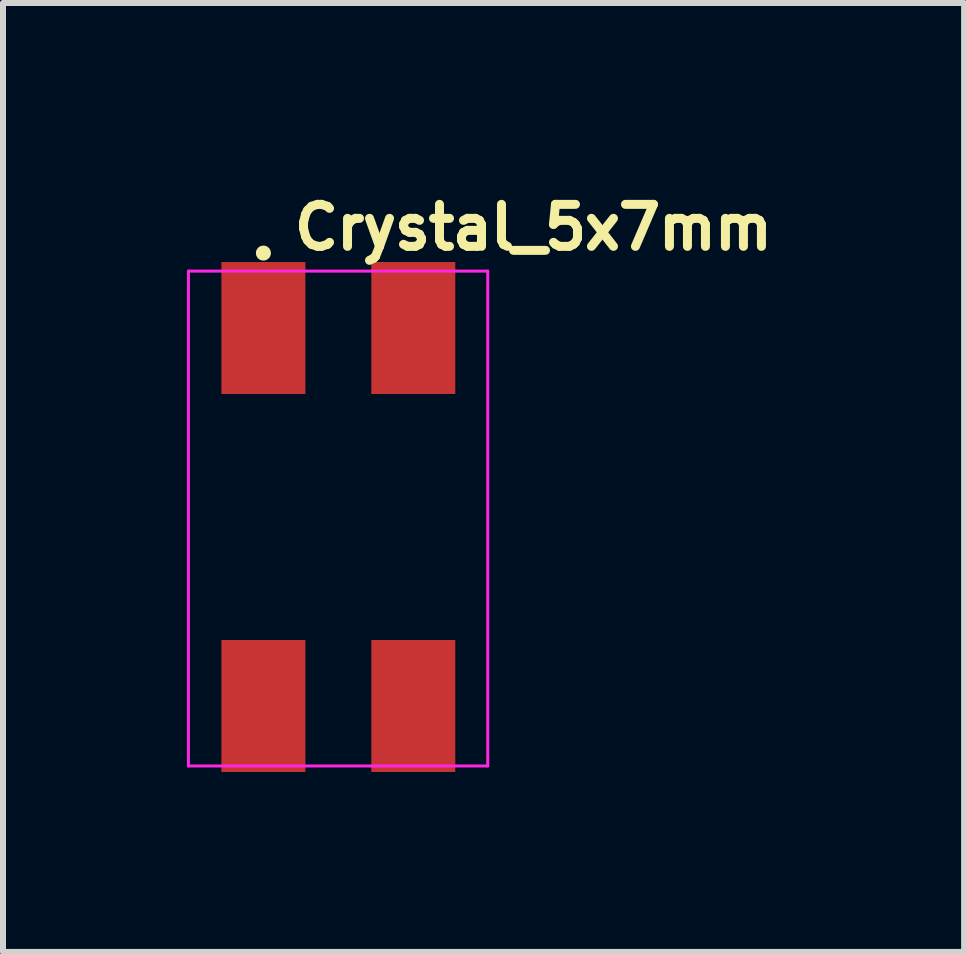
<source format=kicad_pcb>
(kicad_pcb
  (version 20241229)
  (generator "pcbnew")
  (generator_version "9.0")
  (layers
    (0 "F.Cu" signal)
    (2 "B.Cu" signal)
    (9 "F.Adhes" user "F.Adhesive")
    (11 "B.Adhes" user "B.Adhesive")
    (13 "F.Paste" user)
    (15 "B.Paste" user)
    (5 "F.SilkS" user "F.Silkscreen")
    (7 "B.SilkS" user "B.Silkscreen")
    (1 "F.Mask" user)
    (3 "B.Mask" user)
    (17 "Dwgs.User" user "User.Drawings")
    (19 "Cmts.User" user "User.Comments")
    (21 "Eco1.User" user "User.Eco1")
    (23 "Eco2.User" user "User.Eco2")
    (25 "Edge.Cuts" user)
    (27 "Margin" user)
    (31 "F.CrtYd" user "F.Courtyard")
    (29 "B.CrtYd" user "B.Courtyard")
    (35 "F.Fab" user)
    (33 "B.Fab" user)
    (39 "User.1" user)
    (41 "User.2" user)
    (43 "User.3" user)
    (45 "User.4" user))
  (footprint "Crystal_5x7mm"
    (layer "F.Cu")
    (at 2.591 5.519)
    (property "Reference" "Crystal_5x7mm" (at -0.813 -4.369 0) (layer "F.SilkS") (effects (font (size 0.7 0.7) (thickness 0.15)) (justify left bottom)))
    (attr smd)
    (fp_circle (center -1.25 -4.35) (end -1.2 -4.35) (stroke (width 0.15) (type solid)) (fill yes) (layer "F.SilkS"))
    (fp_line (start -2.5 -4.05) (end 2.49 -4.05) (stroke (width 0.05) (type solid)) (layer "F.CrtYd"))
    (fp_line (start -2.5 4.2) (end -2.5 -4.05) (stroke (width 0.05) (type solid)) (layer "F.CrtYd"))
    (fp_line (start 2.49 -4.05) (end 2.49 4.2) (stroke (width 0.05) (type solid)) (layer "F.CrtYd"))
    (fp_line (start 2.49 4.2) (end -2.5 4.2) (stroke (width 0.05) (type solid)) (layer "F.CrtYd"))
    (fp_rect (start -2.541 -3.5) (end 2.539 3.499) (stroke (width 0.1) (type solid)) (fill no) (layer "User.5"))
    (fp_line (start -2.54 -3.351) (end -2.54 -2.851) (stroke (width 0.02) (type solid)) (layer "User.9"))
    (fp_line (start -2.54 -2.851) (end -2.52 -2.851) (stroke (width 0.02) (type solid)) (layer "User.9"))
    (fp_line (start -2.54 2.229) (end -2.54 -2.23) (stroke (width 0.02) (type solid)) (layer "User.9"))
    (fp_line (start -2.54 2.229) (end -2.525 2.229) (stroke (width 0.02) (type solid)) (layer "User.9"))
    (fp_line (start -2.54 3.35) (end -2.54 2.85) (stroke (width 0.02) (type solid)) (layer "User.9"))
    (fp_line (start -2.54 3.35) (end -2.533 3.35) (stroke (width 0.02) (type solid)) (layer "User.9"))
    (fp_line (start -2.533 -3.351) (end -2.54 -3.351) (stroke (width 0.02) (type solid)) (layer "User.9"))
    (fp_line (start -2.533 3.35) (end -2.525 3.35) (stroke (width 0.02) (type solid)) (layer "User.9"))
    (fp_line (start -2.531 -2.831) (end -2.531 -2.851) (stroke (width 0.02) (type solid)) (layer "User.9"))
    (fp_line (start -2.531 -2.25) (end -2.531 -2.231) (stroke (width 0.02) (type solid)) (layer "User.9"))
    (fp_line (start -2.531 -2.25) (end -2.512 -2.251) (stroke (width 0.02) (type solid)) (layer "User.9"))
    (fp_line (start -2.531 -2.231) (end -2.54 -2.23) (stroke (width 0.02) (type solid)) (layer "User.9"))
    (fp_line (start -2.531 2.229) (end -2.531 2.249) (stroke (width 0.02) (type solid)) (layer "User.9"))
    (fp_line (start -2.531 2.249) (end -2.516 2.249) (stroke (width 0.02) (type solid)) (layer "User.9"))
    (fp_line (start -2.531 2.849) (end -2.531 2.83) (stroke (width 0.02) (type solid)) (layer "User.9"))
    (fp_line (start -2.525 -3.351) (end -2.533 -3.351) (stroke (width 0.02) (type solid)) (layer "User.9"))
    (fp_line (start -2.525 2.229) (end -2.509 2.23) (stroke (width 0.02) (type solid)) (layer "User.9"))
    (fp_line (start -2.525 2.849) (end -2.541 2.85) (stroke (width 0.02) (type solid)) (layer "User.9"))
    (fp_line (start -2.525 3.35) (end -2.519 3.35) (stroke (width 0.02) (type solid)) (layer "User.9"))
    (fp_line (start -2.521 -2.831) (end -2.531 -2.831) (stroke (width 0.02) (type solid)) (layer "User.9"))
    (fp_line (start -2.52 -2.851) (end -2.5 -2.848) (stroke (width 0.02) (type solid)) (layer "User.9"))
    (fp_line (start -2.52 -2.231) (end -2.531 -2.231) (stroke (width 0.02) (type solid)) (layer "User.9"))
    (fp_line (start -2.519 -3.352) (end -2.525 -3.351) (stroke (width 0.02) (type solid)) (layer "User.9"))
    (fp_line (start -2.519 3.35) (end -2.511 3.353) (stroke (width 0.02) (type solid)) (layer "User.9"))
    (fp_line (start -2.516 2.249) (end -2.501 2.25) (stroke (width 0.02) (type solid)) (layer "User.9"))
    (fp_line (start -2.516 2.829) (end -2.532 2.83) (stroke (width 0.02) (type solid)) (layer "User.9"))
    (fp_line (start -2.512 -2.831) (end -2.521 -2.831) (stroke (width 0.02) (type solid)) (layer "User.9"))
    (fp_line (start -2.512 -2.251) (end -2.492 -2.254) (stroke (width 0.02) (type solid)) (layer "User.9"))
    (fp_line (start -2.511 -3.355) (end -2.519 -3.352) (stroke (width 0.02) (type solid)) (layer "User.9"))
    (fp_line (start -2.511 -2.233) (end -2.52 -2.231) (stroke (width 0.02) (type solid)) (layer "User.9"))
    (fp_line (start -2.511 3.353) (end -2.504 3.354) (stroke (width 0.02) (type solid)) (layer "User.9"))
    (fp_line (start -2.509 2.23) (end -2.493 2.233) (stroke (width 0.02) (type solid)) (layer "User.9"))
    (fp_line (start -2.509 2.847) (end -2.525 2.849) (stroke (width 0.02) (type solid)) (layer "User.9"))
    (fp_line (start -2.504 -3.355) (end -2.511 -3.355) (stroke (width 0.02) (type solid)) (layer "User.9"))
    (fp_line (start -2.504 3.354) (end -2.496 3.355) (stroke (width 0.02) (type solid)) (layer "User.9"))
    (fp_line (start -2.503 -2.83) (end -2.512 -2.831) (stroke (width 0.02) (type solid)) (layer "User.9"))
    (fp_line (start -2.501 2.25) (end -2.487 2.253) (stroke (width 0.02) (type solid)) (layer "User.9"))
    (fp_line (start -2.501 2.827) (end -2.516 2.829) (stroke (width 0.02) (type solid)) (layer "User.9"))
    (fp_line (start -2.5 -2.848) (end -2.48 -2.844) (stroke (width 0.02) (type solid)) (layer "User.9"))
    (fp_line (start -2.5 -2.234) (end -2.511 -2.233) (stroke (width 0.02) (type solid)) (layer "User.9"))
    (fp_line (start -2.496 -3.358) (end -2.504 -3.355) (stroke (width 0.02) (type solid)) (layer "User.9"))
    (fp_line (start -2.496 3.355) (end -2.489 3.358) (stroke (width 0.02) (type solid)) (layer "User.9"))
    (fp_line (start -2.493 2.233) (end -2.479 2.236) (stroke (width 0.02) (type solid)) (layer "User.9"))
    (fp_line (start -2.493 2.846) (end -2.509 2.847) (stroke (width 0.02) (type solid)) (layer "User.9"))
    (fp_line (start -2.492 -2.828) (end -2.503 -2.83) (stroke (width 0.02) (type solid)) (layer "User.9"))
    (fp_line (start -2.492 -2.254) (end -2.473 -2.257) (stroke (width 0.02) (type solid)) (layer "User.9"))
    (fp_line (start -2.489 -3.36) (end -2.496 -3.358) (stroke (width 0.02) (type solid)) (layer "User.9"))
    (fp_line (start -2.489 -2.235) (end -2.5 -2.234) (stroke (width 0.02) (type solid)) (layer "User.9"))
    (fp_line (start -2.489 3.358) (end -2.483 3.361) (stroke (width 0.02) (type solid)) (layer "User.9"))
    (fp_line (start -2.487 2.253) (end -2.472 2.254) (stroke (width 0.02) (type solid)) (layer "User.9"))
    (fp_line (start -2.487 2.826) (end -2.501 2.827) (stroke (width 0.02) (type solid)) (layer "User.9"))
    (fp_line (start -2.484 -2.827) (end -2.492 -2.828) (stroke (width 0.02) (type solid)) (layer "User.9"))
    (fp_line (start -2.483 -3.363) (end -2.489 -3.36) (stroke (width 0.02) (type solid)) (layer "User.9"))
    (fp_line (start -2.483 3.361) (end -2.476 3.363) (stroke (width 0.02) (type solid)) (layer "User.9"))
    (fp_line (start -2.48 -2.844) (end -2.46 -2.84) (stroke (width 0.02) (type solid)) (layer "User.9"))
    (fp_line (start -2.48 -2.238) (end -2.489 -2.235) (stroke (width 0.02) (type solid)) (layer "User.9"))
    (fp_line (start -2.479 2.236) (end -2.464 2.238) (stroke (width 0.02) (type solid)) (layer "User.9"))
    (fp_line (start -2.479 2.842) (end -2.493 2.846) (stroke (width 0.02) (type solid)) (layer "User.9"))
    (fp_line (start -2.476 -3.366) (end -2.483 -3.363) (stroke (width 0.02) (type solid)) (layer "User.9"))
    (fp_line (start -2.476 3.363) (end -2.469 3.367) (stroke (width 0.02) (type solid)) (layer "User.9"))
    (fp_line (start -2.473 -2.826) (end -2.484 -2.827) (stroke (width 0.02) (type solid)) (layer "User.9"))
    (fp_line (start -2.473 -2.257) (end -2.456 -2.262) (stroke (width 0.02) (type solid)) (layer "User.9"))
    (fp_line (start -2.472 2.254) (end -2.459 2.258) (stroke (width 0.02) (type solid)) (layer "User.9"))
    (fp_line (start -2.472 2.823) (end -2.487 2.826) (stroke (width 0.02) (type solid)) (layer "User.9"))
    (fp_line (start -2.469 -3.37) (end -2.476 -3.366) (stroke (width 0.02) (type solid)) (layer "User.9"))
    (fp_line (start -2.469 -2.239) (end -2.48 -2.238) (stroke (width 0.02) (type solid)) (layer "User.9"))
    (fp_line (start -2.469 3.367) (end -2.464 3.37) (stroke (width 0.02) (type solid)) (layer "User.9"))
    (fp_line (start -2.464 -3.372) (end -2.469 -3.37) (stroke (width 0.02) (type solid)) (layer "User.9"))
    (fp_line (start -2.464 -2.823) (end -2.473 -2.826) (stroke (width 0.02) (type solid)) (layer "User.9"))
    (fp_line (start -2.464 2.238) (end -2.448 2.242) (stroke (width 0.02) (type solid)) (layer "User.9"))
    (fp_line (start -2.464 2.839) (end -2.479 2.842) (stroke (width 0.02) (type solid)) (layer "User.9"))
    (fp_line (start -2.464 3.37) (end -2.457 3.374) (stroke (width 0.02) (type solid)) (layer "User.9"))
    (fp_line (start -2.46 -2.84) (end -2.44 -2.835) (stroke (width 0.02) (type solid)) (layer "User.9"))
    (fp_line (start -2.46 -2.242) (end -2.469 -2.239) (stroke (width 0.02) (type solid)) (layer "User.9"))
    (fp_line (start -2.459 2.258) (end -2.444 2.262) (stroke (width 0.02) (type solid)) (layer "User.9"))
    (fp_line (start -2.459 2.819) (end -2.472 2.823) (stroke (width 0.02) (type solid)) (layer "User.9"))
    (fp_line (start -2.457 -3.376) (end -2.464 -3.372) (stroke (width 0.02) (type solid)) (layer "User.9"))
    (fp_line (start -2.457 3.374) (end -2.452 3.378) (stroke (width 0.02) (type solid)) (layer "User.9"))
    (fp_line (start -2.456 -2.82) (end -2.464 -2.823) (stroke (width 0.02) (type solid)) (layer "User.9"))
    (fp_line (start -2.456 -2.262) (end -2.437 -2.266) (stroke (width 0.02) (type solid)) (layer "User.9"))
    (fp_line (start -2.452 -3.38) (end -2.457 -3.376) (stroke (width 0.02) (type solid)) (layer "User.9"))
    (fp_line (start -2.452 3.378) (end -2.445 3.383) (stroke (width 0.02) (type solid)) (layer "User.9"))
    (fp_line (start -2.451 -2.245) (end -2.46 -2.242) (stroke (width 0.02) (type solid)) (layer "User.9"))
    (fp_line (start -2.448 2.242) (end -2.435 2.248) (stroke (width 0.02) (type solid)) (layer "User.9"))
    (fp_line (start -2.448 2.835) (end -2.464 2.839) (stroke (width 0.02) (type solid)) (layer "User.9"))
    (fp_line (start -2.447 -2.819) (end -2.456 -2.82) (stroke (width 0.02) (type solid)) (layer "User.9"))
    (fp_line (start -2.445 -3.386) (end -2.452 -3.38) (stroke (width 0.02) (type solid)) (layer "User.9"))
    (fp_line (start -2.445 3.383) (end -2.44 3.387) (stroke (width 0.02) (type solid)) (layer "User.9"))
    (fp_line (start -2.444 2.262) (end -2.431 2.266) (stroke (width 0.02) (type solid)) (layer "User.9"))
    (fp_line (start -2.444 2.815) (end -2.459 2.819) (stroke (width 0.02) (type solid)) (layer "User.9"))
    (fp_line (start -2.44 -3.39) (end -2.445 -3.386) (stroke (width 0.02) (type solid)) (layer "User.9"))
    (fp_line (start -2.44 -2.835) (end -2.422 -2.827) (stroke (width 0.02) (type solid)) (layer "User.9"))
    (fp_line (start -2.44 -2.247) (end -2.451 -2.245) (stroke (width 0.02) (type solid)) (layer "User.9"))
    (fp_line (start -2.44 3.387) (end -2.435 3.393) (stroke (width 0.02) (type solid)) (layer "User.9"))
    (fp_line (start -2.437 -2.815) (end -2.447 -2.819) (stroke (width 0.02) (type solid)) (layer "User.9"))
    (fp_line (start -2.437 -2.266) (end -2.419 -2.274) (stroke (width 0.02) (type solid)) (layer "User.9"))
    (fp_line (start -2.435 -3.395) (end -2.44 -3.39) (stroke (width 0.02) (type solid)) (layer "User.9"))
    (fp_line (start -2.435 2.248) (end -2.42 2.253) (stroke (width 0.02) (type solid)) (layer "User.9"))
    (fp_line (start -2.435 2.83) (end -2.448 2.835) (stroke (width 0.02) (type solid)) (layer "User.9"))
    (fp_line (start -2.435 3.393) (end -2.43 3.398) (stroke (width 0.02) (type solid)) (layer "User.9"))
    (fp_line (start -2.431 -2.251) (end -2.44 -2.247) (stroke (width 0.02) (type solid)) (layer "User.9"))
    (fp_line (start -2.431 2.266) (end -2.419 2.272) (stroke (width 0.02) (type solid)) (layer "User.9"))
    (fp_line (start -2.431 2.812) (end -2.444 2.815) (stroke (width 0.02) (type solid)) (layer "User.9"))
    (fp_line (start -2.43 -3.4) (end -2.435 -3.395) (stroke (width 0.02) (type solid)) (layer "User.9"))
    (fp_line (start -2.43 3.398) (end -2.426 3.403) (stroke (width 0.02) (type solid)) (layer "User.9"))
    (fp_line (start -2.428 -2.813) (end -2.437 -2.815) (stroke (width 0.02) (type solid)) (layer "User.9"))
    (fp_line (start -2.426 -3.406) (end -2.43 -3.4) (stroke (width 0.02) (type solid)) (layer "User.9"))
    (fp_line (start -2.426 3.403) (end -2.42 3.41) (stroke (width 0.02) (type solid)) (layer "User.9"))
    (fp_line (start -2.422 -2.827) (end -2.403 -2.819) (stroke (width 0.02) (type solid)) (layer "User.9"))
    (fp_line (start -2.422 -2.254) (end -2.431 -2.251) (stroke (width 0.02) (type solid)) (layer "User.9"))
    (fp_line (start -2.42 -3.411) (end -2.426 -3.406) (stroke (width 0.02) (type solid)) (layer "User.9"))
    (fp_line (start -2.42 2.253) (end -2.407 2.26) (stroke (width 0.02) (type solid)) (layer "User.9"))
    (fp_line (start -2.42 2.825) (end -2.435 2.83) (stroke (width 0.02) (type solid)) (layer "User.9"))
    (fp_line (start -2.42 3.41) (end -2.416 3.415) (stroke (width 0.02) (type solid)) (layer "User.9"))
    (fp_line (start -2.419 -2.809) (end -2.428 -2.813) (stroke (width 0.02) (type solid)) (layer "User.9"))
    (fp_line (start -2.419 -2.274) (end -2.403 -2.281) (stroke (width 0.02) (type solid)) (layer "User.9"))
    (fp_line (start -2.419 2.272) (end -2.406 2.277) (stroke (width 0.02) (type solid)) (layer "User.9"))
    (fp_line (start -2.419 2.806) (end -2.431 2.812) (stroke (width 0.02) (type solid)) (layer "User.9"))
    (fp_line (start -2.416 -3.418) (end -2.42 -3.411) (stroke (width 0.02) (type solid)) (layer "User.9"))
    (fp_line (start -2.416 3.415) (end -2.412 3.422) (stroke (width 0.02) (type solid)) (layer "User.9"))
    (fp_line (start -2.412 -3.423) (end -2.416 -3.418) (stroke (width 0.02) (type solid)) (layer "User.9"))
    (fp_line (start -2.412 -2.258) (end -2.422 -2.254) (stroke (width 0.02) (type solid)) (layer "User.9"))
    (fp_line (start -2.412 3.422) (end -2.41 3.427) (stroke (width 0.02) (type solid)) (layer "User.9"))
    (fp_line (start -2.411 -2.806) (end -2.419 -2.809) (stroke (width 0.02) (type solid)) (layer "User.9"))
    (fp_line (start -2.41 -3.43) (end -2.412 -3.423) (stroke (width 0.02) (type solid)) (layer "User.9"))
    (fp_line (start -2.41 3.427) (end -2.406 3.434) (stroke (width 0.02) (type solid)) (layer "User.9"))
    (fp_line (start -2.407 2.26) (end -2.394 2.266) (stroke (width 0.02) (type solid)) (layer "User.9"))
    (fp_line (start -2.407 2.818) (end -2.42 2.825) (stroke (width 0.02) (type solid)) (layer "User.9"))
    (fp_line (start -2.406 -3.435) (end -2.41 -3.43) (stroke (width 0.02) (type solid)) (layer "User.9"))
    (fp_line (start -2.406 2.277) (end -2.392 2.285) (stroke (width 0.02) (type solid)) (layer "User.9"))
    (fp_line (start -2.406 2.801) (end -2.419 2.806) (stroke (width 0.02) (type solid)) (layer "User.9"))
    (fp_line (start -2.406 3.434) (end -2.403 3.441) (stroke (width 0.02) (type solid)) (layer "User.9"))
    (fp_line (start -2.403 -3.443) (end -2.406 -3.435) (stroke (width 0.02) (type solid)) (layer "User.9"))
    (fp_line (start -2.403 -2.819) (end -2.386 -2.81) (stroke (width 0.02) (type solid)) (layer "User.9"))
    (fp_line (start -2.403 -2.802) (end -2.411 -2.806) (stroke (width 0.02) (type solid)) (layer "User.9"))
    (fp_line (start -2.403 -2.281) (end -2.386 -2.29) (stroke (width 0.02) (type solid)) (layer "User.9"))
    (fp_line (start -2.403 -2.263) (end -2.412 -2.258) (stroke (width 0.02) (type solid)) (layer "User.9"))
    (fp_line (start -2.403 3.441) (end -2.4 3.447) (stroke (width 0.02) (type solid)) (layer "User.9"))
    (fp_line (start -2.4 -3.45) (end -2.403 -3.443) (stroke (width 0.02) (type solid)) (layer "User.9"))
    (fp_line (start -2.4 3.447) (end -2.398 3.454) (stroke (width 0.02) (type solid)) (layer "User.9"))
    (fp_line (start -2.398 -3.456) (end -2.4 -3.45) (stroke (width 0.02) (type solid)) (layer "User.9"))
    (fp_line (start -2.398 3.454) (end -2.395 3.462) (stroke (width 0.02) (type solid)) (layer "User.9"))
    (fp_line (start -2.395 -3.471) (end -2.395 -3.464) (stroke (width 0.02) (type solid)) (layer "User.9"))
    (fp_line (start -2.395 -3.464) (end -2.398 -3.456) (stroke (width 0.02) (type solid)) (layer "User.9"))
    (fp_line (start -2.395 -2.797) (end -2.403 -2.802) (stroke (width 0.02) (type solid)) (layer "User.9"))
    (fp_line (start -2.395 -2.267) (end -2.403 -2.263) (stroke (width 0.02) (type solid)) (layer "User.9"))
    (fp_line (start -2.395 3.462) (end -2.395 3.468) (stroke (width 0.02) (type solid)) (layer "User.9"))
    (fp_line (start -2.395 3.468) (end -2.392 3.476) (stroke (width 0.02) (type solid)) (layer "User.9"))
    (fp_line (start -2.394 2.266) (end -2.38 2.273) (stroke (width 0.02) (type solid)) (layer "User.9"))
    (fp_line (start -2.394 2.812) (end -2.407 2.818) (stroke (width 0.02) (type solid)) (layer "User.9"))
    (fp_line (start -2.392 -3.479) (end -2.395 -3.471) (stroke (width 0.02) (type solid)) (layer "User.9"))
    (fp_line (start -2.392 2.285) (end -2.38 2.292) (stroke (width 0.02) (type solid)) (layer "User.9"))
    (fp_line (start -2.392 2.793) (end -2.406 2.801) (stroke (width 0.02) (type solid)) (layer "User.9"))
    (fp_line (start -2.392 3.476) (end -2.391 3.483) (stroke (width 0.02) (type solid)) (layer "User.9"))
    (fp_line (start -2.391 -3.5) (end -2.391 -3.493) (stroke (width 0.02) (type solid)) (layer "User.9"))
    (fp_line (start -2.391 -3.5) (end -2.13 -3.5) (stroke (width 0.02) (type solid)) (layer "User.9"))
    (fp_line (start -2.391 -3.493) (end -2.391 -3.485) (stroke (width 0.02) (type solid)) (layer "User.9"))
    (fp_line (start -2.391 -3.485) (end -2.392 -3.479) (stroke (width 0.02) (type solid)) (layer "User.9"))
    (fp_line (start -2.391 3.483) (end -2.391 3.491) (stroke (width 0.02) (type solid)) (layer "User.9"))
    (fp_line (start -2.391 3.491) (end -2.391 3.499) (stroke (width 0.02) (type solid)) (layer "User.9"))
    (fp_line (start -2.391 3.499) (end -2.13 3.499) (stroke (width 0.02) (type solid)) (layer "User.9"))
    (fp_line (start -2.386 -2.81) (end -2.368 -2.798) (stroke (width 0.02) (type solid)) (layer "User.9"))
    (fp_line (start -2.386 -2.793) (end -2.395 -2.797) (stroke (width 0.02) (type solid)) (layer "User.9"))
    (fp_line (start -2.386 -2.29) (end -2.371 -2.299) (stroke (width 0.02) (type solid)) (layer "User.9"))
    (fp_line (start -2.386 -2.273) (end -2.395 -2.267) (stroke (width 0.02) (type solid)) (layer "User.9"))
    (fp_line (start -2.38 2.273) (end -2.367 2.282) (stroke (width 0.02) (type solid)) (layer "User.9"))
    (fp_line (start -2.38 2.292) (end -2.368 2.298) (stroke (width 0.02) (type solid)) (layer "User.9"))
    (fp_line (start -2.38 2.786) (end -2.392 2.793) (stroke (width 0.02) (type solid)) (layer "User.9"))
    (fp_line (start -2.38 2.805) (end -2.394 2.812) (stroke (width 0.02) (type solid)) (layer "User.9"))
    (fp_line (start -2.378 -2.787) (end -2.386 -2.793) (stroke (width 0.02) (type solid)) (layer "User.9"))
    (fp_line (start -2.378 -2.278) (end -2.386 -2.273) (stroke (width 0.02) (type solid)) (layer "User.9"))
    (fp_line (start -2.371 -2.782) (end -2.378 -2.787) (stroke (width 0.02) (type solid)) (layer "User.9"))
    (fp_line (start -2.371 -2.299) (end -2.355 -2.311) (stroke (width 0.02) (type solid)) (layer "User.9"))
    (fp_line (start -2.368 -2.798) (end -2.352 -2.787) (stroke (width 0.02) (type solid)) (layer "User.9"))
    (fp_line (start -2.368 -2.283) (end -2.378 -2.278) (stroke (width 0.02) (type solid)) (layer "User.9"))
    (fp_line (start -2.368 2.298) (end -2.358 2.306) (stroke (width 0.02) (type solid)) (layer "User.9"))
    (fp_line (start -2.368 2.78) (end -2.38 2.786) (stroke (width 0.02) (type solid)) (layer "User.9"))
    (fp_line (start -2.367 2.282) (end -2.355 2.29) (stroke (width 0.02) (type solid)) (layer "User.9"))
    (fp_line (start -2.367 2.796) (end -2.38 2.805) (stroke (width 0.02) (type solid)) (layer "User.9"))
    (fp_line (start -2.363 -2.777) (end -2.371 -2.782) (stroke (width 0.02) (type solid)) (layer "User.9"))
    (fp_line (start -2.36 -2.289) (end -2.368 -2.283) (stroke (width 0.02) (type solid)) (layer "User.9"))
    (fp_line (start -2.358 2.306) (end -2.347 2.315) (stroke (width 0.02) (type solid)) (layer "User.9"))
    (fp_line (start -2.358 2.772) (end -2.368 2.78) (stroke (width 0.02) (type solid)) (layer "User.9"))
    (fp_line (start -2.355 -2.771) (end -2.363 -2.777) (stroke (width 0.02) (type solid)) (layer "User.9"))
    (fp_line (start -2.355 -2.311) (end -2.34 -2.323) (stroke (width 0.02) (type solid)) (layer "User.9"))
    (fp_line (start -2.355 2.29) (end -2.343 2.3) (stroke (width 0.02) (type solid)) (layer "User.9"))
    (fp_line (start -2.355 2.788) (end -2.367 2.796) (stroke (width 0.02) (type solid)) (layer "User.9"))
    (fp_line (start -2.352 -2.787) (end -2.338 -2.774) (stroke (width 0.02) (type solid)) (layer "User.9"))
    (fp_line (start -2.352 -2.294) (end -2.36 -2.289) (stroke (width 0.02) (type solid)) (layer "User.9"))
    (fp_line (start -2.347 -2.766) (end -2.355 -2.771) (stroke (width 0.02) (type solid)) (layer "User.9"))
    (fp_line (start -2.347 2.315) (end -2.336 2.325) (stroke (width 0.02) (type solid)) (layer "User.9"))
    (fp_line (start -2.347 2.762) (end -2.358 2.772) (stroke (width 0.02) (type solid)) (layer "User.9"))
    (fp_line (start -2.344 -2.302) (end -2.352 -2.294) (stroke (width 0.02) (type solid)) (layer "User.9"))
    (fp_line (start -2.343 2.3) (end -2.332 2.31) (stroke (width 0.02) (type solid)) (layer "User.9"))
    (fp_line (start -2.343 2.778) (end -2.355 2.788) (stroke (width 0.02) (type solid)) (layer "User.9"))
    (fp_line (start -2.34 -2.759) (end -2.347 -2.766) (stroke (width 0.02) (type solid)) (layer "User.9"))
    (fp_line (start -2.34 -2.323) (end -2.327 -2.335) (stroke (width 0.02) (type solid)) (layer "User.9"))
    (fp_line (start -2.338 -2.774) (end -2.323 -2.761) (stroke (width 0.02) (type solid)) (layer "User.9"))
    (fp_line (start -2.338 -2.307) (end -2.344 -2.302) (stroke (width 0.02) (type solid)) (layer "User.9"))
    (fp_line (start -2.336 2.325) (end -2.327 2.334) (stroke (width 0.02) (type solid)) (layer "User.9"))
    (fp_line (start -2.336 2.753) (end -2.347 2.762) (stroke (width 0.02) (type solid)) (layer "User.9"))
    (fp_line (start -2.334 -2.754) (end -2.34 -2.759) (stroke (width 0.02) (type solid)) (layer "User.9"))
    (fp_line (start -2.332 2.31) (end -2.322 2.319) (stroke (width 0.02) (type solid)) (layer "User.9"))
    (fp_line (start -2.332 2.769) (end -2.343 2.778) (stroke (width 0.02) (type solid)) (layer "User.9"))
    (fp_line (start -2.33 -2.315) (end -2.338 -2.307) (stroke (width 0.02) (type solid)) (layer "User.9"))
    (fp_line (start -2.327 -2.746) (end -2.334 -2.754) (stroke (width 0.02) (type solid)) (layer "User.9"))
    (fp_line (start -2.327 -2.335) (end -2.314 -2.35) (stroke (width 0.02) (type solid)) (layer "User.9"))
    (fp_line (start -2.327 2.334) (end -2.316 2.345) (stroke (width 0.02) (type solid)) (layer "User.9"))
    (fp_line (start -2.327 2.745) (end -2.336 2.753) (stroke (width 0.02) (type solid)) (layer "User.9"))
    (fp_line (start -2.323 -2.761) (end -2.308 -2.746) (stroke (width 0.02) (type solid)) (layer "User.9"))
    (fp_line (start -2.323 -2.322) (end -2.33 -2.315) (stroke (width 0.02) (type solid)) (layer "User.9"))
    (fp_line (start -2.322 2.319) (end -2.311 2.33) (stroke (width 0.02) (type solid)) (layer "User.9"))
    (fp_line (start -2.322 2.758) (end -2.332 2.769) (stroke (width 0.02) (type solid)) (layer "User.9"))
    (fp_line (start -2.319 -2.739) (end -2.327 -2.746) (stroke (width 0.02) (type solid)) (layer "User.9"))
    (fp_line (start -2.316 2.345) (end -2.307 2.354) (stroke (width 0.02) (type solid)) (layer "User.9"))
    (fp_line (start -2.316 2.733) (end -2.327 2.745) (stroke (width 0.02) (type solid)) (layer "User.9"))
    (fp_line (start -2.315 -2.328) (end -2.323 -2.322) (stroke (width 0.02) (type solid)) (layer "User.9"))
    (fp_line (start -2.314 -2.733) (end -2.319 -2.739) (stroke (width 0.02) (type solid)) (layer "User.9"))
    (fp_line (start -2.314 -2.35) (end -2.302 -2.364) (stroke (width 0.02) (type solid)) (layer "User.9"))
    (fp_line (start -2.311 2.33) (end -2.302 2.342) (stroke (width 0.02) (type solid)) (layer "User.9"))
    (fp_line (start -2.311 2.748) (end -2.322 2.758) (stroke (width 0.02) (type solid)) (layer "User.9"))
    (fp_line (start -2.308 -2.746) (end -2.295 -2.73) (stroke (width 0.02) (type solid)) (layer "User.9"))
    (fp_line (start -2.308 -2.336) (end -2.315 -2.328) (stroke (width 0.02) (type solid)) (layer "User.9"))
    (fp_line (start -2.307 -2.726) (end -2.314 -2.733) (stroke (width 0.02) (type solid)) (layer "User.9"))
    (fp_line (start -2.307 2.354) (end -2.298 2.366) (stroke (width 0.02) (type solid)) (layer "User.9"))
    (fp_line (start -2.307 2.724) (end -2.316 2.733) (stroke (width 0.02) (type solid)) (layer "User.9"))
    (fp_line (start -2.302 -2.718) (end -2.307 -2.726) (stroke (width 0.02) (type solid)) (layer "User.9"))
    (fp_line (start -2.302 -2.364) (end -2.29 -2.379) (stroke (width 0.02) (type solid)) (layer "User.9"))
    (fp_line (start -2.302 -2.343) (end -2.308 -2.336) (stroke (width 0.02) (type solid)) (layer "User.9"))
    (fp_line (start -2.302 2.342) (end -2.293 2.354) (stroke (width 0.02) (type solid)) (layer "User.9"))
    (fp_line (start -2.302 2.737) (end -2.311 2.748) (stroke (width 0.02) (type solid)) (layer "User.9"))
    (fp_line (start -2.298 2.366) (end -2.29 2.377) (stroke (width 0.02) (type solid)) (layer "User.9"))
    (fp_line (start -2.298 2.713) (end -2.307 2.724) (stroke (width 0.02) (type solid)) (layer "User.9"))
    (fp_line (start -2.295 -2.73) (end -2.283 -2.714) (stroke (width 0.02) (type solid)) (layer "User.9"))
    (fp_line (start -2.295 -2.71) (end -2.302 -2.718) (stroke (width 0.02) (type solid)) (layer "User.9"))
    (fp_line (start -2.295 -2.351) (end -2.302 -2.343) (stroke (width 0.02) (type solid)) (layer "User.9"))
    (fp_line (start -2.293 2.354) (end -2.285 2.366) (stroke (width 0.02) (type solid)) (layer "User.9"))
    (fp_line (start -2.293 2.725) (end -2.302 2.737) (stroke (width 0.02) (type solid)) (layer "User.9"))
    (fp_line (start -2.29 -2.702) (end -2.295 -2.71) (stroke (width 0.02) (type solid)) (layer "User.9"))
    (fp_line (start -2.29 -2.379) (end -2.279 -2.395) (stroke (width 0.02) (type solid)) (layer "User.9"))
    (fp_line (start -2.29 -2.36) (end -2.295 -2.351) (stroke (width 0.02) (type solid)) (layer "User.9"))
    (fp_line (start -2.29 2.377) (end -2.283 2.389) (stroke (width 0.02) (type solid)) (layer "User.9"))
    (fp_line (start -2.29 2.701) (end -2.298 2.713) (stroke (width 0.02) (type solid)) (layer "User.9"))
    (fp_line (start -2.285 -2.694) (end -2.29 -2.702) (stroke (width 0.02) (type solid)) (layer "User.9"))
    (fp_line (start -2.285 2.366) (end -2.277 2.378) (stroke (width 0.02) (type solid)) (layer "User.9"))
    (fp_line (start -2.285 2.713) (end -2.293 2.725) (stroke (width 0.02) (type solid)) (layer "User.9"))
    (fp_line (start -2.283 -2.714) (end -2.273 -2.695) (stroke (width 0.02) (type solid)) (layer "User.9"))
    (fp_line (start -2.283 -2.368) (end -2.29 -2.36) (stroke (width 0.02) (type solid)) (layer "User.9"))
    (fp_line (start -2.283 2.389) (end -2.277 2.401) (stroke (width 0.02) (type solid)) (layer "User.9"))
    (fp_line (start -2.283 2.689) (end -2.29 2.701) (stroke (width 0.02) (type solid)) (layer "User.9"))
    (fp_line (start -2.279 -2.685) (end -2.285 -2.694) (stroke (width 0.02) (type solid)) (layer "User.9"))
    (fp_line (start -2.279 -2.685) (end -2.279 -2.685) (stroke (width 0.02) (type solid)) (layer "User.9"))
    (fp_line (start -2.279 -2.395) (end -2.279 -2.395) (stroke (width 0.02) (type solid)) (layer "User.9"))
    (fp_line (start -2.279 -2.395) (end -2.27 -2.414) (stroke (width 0.02) (type solid)) (layer "User.9"))
    (fp_line (start -2.278 -2.378) (end -2.283 -2.368) (stroke (width 0.02) (type solid)) (layer "User.9"))
    (fp_line (start -2.277 2.378) (end -2.269 2.391) (stroke (width 0.02) (type solid)) (layer "User.9"))
    (fp_line (start -2.277 2.401) (end -2.27 2.414) (stroke (width 0.02) (type solid)) (layer "User.9"))
    (fp_line (start -2.277 2.677) (end -2.283 2.689) (stroke (width 0.02) (type solid)) (layer "User.9"))
    (fp_line (start -2.277 2.7) (end -2.285 2.713) (stroke (width 0.02) (type solid)) (layer "User.9"))
    (fp_line (start -2.273 -2.695) (end -2.273 -2.695) (stroke (width 0.02) (type solid)) (layer "User.9"))
    (fp_line (start -2.273 -2.695) (end -2.262 -2.677) (stroke (width 0.02) (type solid)) (layer "User.9"))
    (fp_line (start -2.273 -2.386) (end -2.278 -2.378) (stroke (width 0.02) (type solid)) (layer "User.9"))
    (fp_line (start -2.273 -2.386) (end -2.273 -2.386) (stroke (width 0.02) (type solid)) (layer "User.9"))
    (fp_line (start -2.27 -2.669) (end -2.279 -2.685) (stroke (width 0.02) (type solid)) (layer "User.9"))
    (fp_line (start -2.27 -2.414) (end -2.262 -2.431) (stroke (width 0.02) (type solid)) (layer "User.9"))
    (fp_line (start -2.27 2.414) (end -2.263 2.426) (stroke (width 0.02) (type solid)) (layer "User.9"))
    (fp_line (start -2.27 2.664) (end -2.277 2.677) (stroke (width 0.02) (type solid)) (layer "User.9"))
    (fp_line (start -2.269 2.391) (end -2.262 2.405) (stroke (width 0.02) (type solid)) (layer "User.9"))
    (fp_line (start -2.269 2.687) (end -2.277 2.7) (stroke (width 0.02) (type solid)) (layer "User.9"))
    (fp_line (start -2.263 2.426) (end -2.258 2.439) (stroke (width 0.02) (type solid)) (layer "User.9"))
    (fp_line (start -2.263 2.652) (end -2.27 2.664) (stroke (width 0.02) (type solid)) (layer "User.9"))
    (fp_line (start -2.262 -2.677) (end -2.254 -2.66) (stroke (width 0.02) (type solid)) (layer "User.9"))
    (fp_line (start -2.262 -2.652) (end -2.27 -2.669) (stroke (width 0.02) (type solid)) (layer "User.9"))
    (fp_line (start -2.262 -2.431) (end -2.257 -2.448) (stroke (width 0.02) (type solid)) (layer "User.9"))
    (fp_line (start -2.262 -2.404) (end -2.273 -2.386) (stroke (width 0.02) (type solid)) (layer "User.9"))
    (fp_line (start -2.262 2.405) (end -2.255 2.418) (stroke (width 0.02) (type solid)) (layer "User.9"))
    (fp_line (start -2.262 2.673) (end -2.269 2.687) (stroke (width 0.02) (type solid)) (layer "User.9"))
    (fp_line (start -2.258 2.439) (end -2.254 2.452) (stroke (width 0.02) (type solid)) (layer "User.9"))
    (fp_line (start -2.258 2.639) (end -2.263 2.652) (stroke (width 0.02) (type solid)) (layer "User.9"))
    (fp_line (start -2.257 -2.633) (end -2.262 -2.652) (stroke (width 0.02) (type solid)) (layer "User.9"))
    (fp_line (start -2.257 -2.448) (end -2.25 -2.467) (stroke (width 0.02) (type solid)) (layer "User.9"))
    (fp_line (start -2.255 2.418) (end -2.25 2.432) (stroke (width 0.02) (type solid)) (layer "User.9"))
    (fp_line (start -2.255 2.66) (end -2.262 2.673) (stroke (width 0.02) (type solid)) (layer "User.9"))
    (fp_line (start -2.254 -2.66) (end -2.247 -2.64) (stroke (width 0.02) (type solid)) (layer "User.9"))
    (fp_line (start -2.254 -2.423) (end -2.262 -2.404) (stroke (width 0.02) (type solid)) (layer "User.9"))
    (fp_line (start -2.254 2.452) (end -2.25 2.467) (stroke (width 0.02) (type solid)) (layer "User.9"))
    (fp_line (start -2.254 2.625) (end -2.258 2.639) (stroke (width 0.02) (type solid)) (layer "User.9"))
    (fp_line (start -2.25 -2.616) (end -2.257 -2.633) (stroke (width 0.02) (type solid)) (layer "User.9"))
    (fp_line (start -2.25 -2.467) (end -2.246 -2.484) (stroke (width 0.02) (type solid)) (layer "User.9"))
    (fp_line (start -2.25 2.432) (end -2.246 2.447) (stroke (width 0.02) (type solid)) (layer "User.9"))
    (fp_line (start -2.25 2.467) (end -2.246 2.48) (stroke (width 0.02) (type solid)) (layer "User.9"))
    (fp_line (start -2.25 2.612) (end -2.254 2.625) (stroke (width 0.02) (type solid)) (layer "User.9"))
    (fp_line (start -2.25 2.645) (end -2.255 2.66) (stroke (width 0.02) (type solid)) (layer "User.9"))
    (fp_line (start -2.247 -2.64) (end -2.242 -2.621) (stroke (width 0.02) (type solid)) (layer "User.9"))
    (fp_line (start -2.247 -2.443) (end -2.254 -2.423) (stroke (width 0.02) (type solid)) (layer "User.9"))
    (fp_line (start -2.246 -2.597) (end -2.25 -2.616) (stroke (width 0.02) (type solid)) (layer "User.9"))
    (fp_line (start -2.246 -2.484) (end -2.243 -2.504) (stroke (width 0.02) (type solid)) (layer "User.9"))
    (fp_line (start -2.246 2.447) (end -2.241 2.462) (stroke (width 0.02) (type solid)) (layer "User.9"))
    (fp_line (start -2.246 2.48) (end -2.245 2.495) (stroke (width 0.02) (type solid)) (layer "User.9"))
    (fp_line (start -2.246 2.597) (end -2.25 2.612) (stroke (width 0.02) (type solid)) (layer "User.9"))
    (fp_line (start -2.246 2.632) (end -2.25 2.645) (stroke (width 0.02) (type solid)) (layer "User.9"))
    (fp_line (start -2.245 2.495) (end -2.242 2.51) (stroke (width 0.02) (type solid)) (layer "User.9"))
    (fp_line (start -2.245 2.584) (end -2.246 2.597) (stroke (width 0.02) (type solid)) (layer "User.9"))
    (fp_line (start -2.243 -2.578) (end -2.246 -2.597) (stroke (width 0.02) (type solid)) (layer "User.9"))
    (fp_line (start -2.243 -2.504) (end -2.242 -2.523) (stroke (width 0.02) (type solid)) (layer "User.9"))
    (fp_line (start -2.242 -2.621) (end -2.237 -2.601) (stroke (width 0.02) (type solid)) (layer "User.9"))
    (fp_line (start -2.242 -2.56) (end -2.243 -2.578) (stroke (width 0.02) (type solid)) (layer "User.9"))
    (fp_line (start -2.242 -2.54) (end -2.242 -2.56) (stroke (width 0.02) (type solid)) (layer "User.9"))
    (fp_line (start -2.242 -2.523) (end -2.242 -2.54) (stroke (width 0.02) (type solid)) (layer "User.9"))
    (fp_line (start -2.242 -2.461) (end -2.247 -2.443) (stroke (width 0.02) (type solid)) (layer "User.9"))
    (fp_line (start -2.242 2.51) (end -2.242 2.524) (stroke (width 0.02) (type solid)) (layer "User.9"))
    (fp_line (start -2.242 2.524) (end -2.242 2.539) (stroke (width 0.02) (type solid)) (layer "User.9"))
    (fp_line (start -2.242 2.539) (end -2.242 2.539) (stroke (width 0.02) (type solid)) (layer "User.9"))
    (fp_line (start -2.242 2.539) (end -2.242 2.554) (stroke (width 0.02) (type solid)) (layer "User.9"))
    (fp_line (start -2.242 2.554) (end -2.242 2.568) (stroke (width 0.02) (type solid)) (layer "User.9"))
    (fp_line (start -2.242 2.568) (end -2.245 2.584) (stroke (width 0.02) (type solid)) (layer "User.9"))
    (fp_line (start -2.241 2.462) (end -2.238 2.476) (stroke (width 0.02) (type solid)) (layer "User.9"))
    (fp_line (start -2.241 2.616) (end -2.246 2.632) (stroke (width 0.02) (type solid)) (layer "User.9"))
    (fp_line (start -2.238 2.476) (end -2.234 2.491) (stroke (width 0.02) (type solid)) (layer "User.9"))
    (fp_line (start -2.238 2.601) (end -2.241 2.616) (stroke (width 0.02) (type solid)) (layer "User.9"))
    (fp_line (start -2.237 -2.601) (end -2.234 -2.581) (stroke (width 0.02) (type solid)) (layer "User.9"))
    (fp_line (start -2.237 -2.481) (end -2.242 -2.461) (stroke (width 0.02) (type solid)) (layer "User.9"))
    (fp_line (start -2.234 -2.581) (end -2.231 -2.561) (stroke (width 0.02) (type solid)) (layer "User.9"))
    (fp_line (start -2.234 -2.5) (end -2.237 -2.481) (stroke (width 0.02) (type solid)) (layer "User.9"))
    (fp_line (start -2.234 2.491) (end -2.233 2.507) (stroke (width 0.02) (type solid)) (layer "User.9"))
    (fp_line (start -2.234 2.587) (end -2.238 2.601) (stroke (width 0.02) (type solid)) (layer "User.9"))
    (fp_line (start -2.233 2.507) (end -2.231 2.523) (stroke (width 0.02) (type solid)) (layer "User.9"))
    (fp_line (start -2.233 2.571) (end -2.234 2.587) (stroke (width 0.02) (type solid)) (layer "User.9"))
    (fp_line (start -2.231 -2.561) (end -2.23 -2.54) (stroke (width 0.02) (type solid)) (layer "User.9"))
    (fp_line (start -2.231 -2.52) (end -2.234 -2.5) (stroke (width 0.02) (type solid)) (layer "User.9"))
    (fp_line (start -2.231 2.523) (end -2.231 2.539) (stroke (width 0.02) (type solid)) (layer "User.9"))
    (fp_line (start -2.231 2.539) (end -2.231 2.539) (stroke (width 0.02) (type solid)) (layer "User.9"))
    (fp_line (start -2.231 2.539) (end -2.231 2.555) (stroke (width 0.02) (type solid)) (layer "User.9"))
    (fp_line (start -2.231 2.555) (end -2.233 2.571) (stroke (width 0.02) (type solid)) (layer "User.9"))
    (fp_line (start -2.23 -2.54) (end -2.231 -2.52) (stroke (width 0.02) (type solid)) (layer "User.9"))
    (fp_line (start -2.202 -2.851) (end -2.201 -2.863) (stroke (width 0.02) (type solid)) (layer "User.9"))
    (fp_line (start -2.201 -2.875) (end -2.199 -2.887) (stroke (width 0.02) (type solid)) (layer "User.9"))
    (fp_line (start -2.201 -2.863) (end -2.201 -2.875) (stroke (width 0.02) (type solid)) (layer "User.9"))
    (fp_line (start -2.201 2.861) (end -2.202 2.85) (stroke (width 0.02) (type solid)) (layer "User.9"))
    (fp_line (start -2.201 2.873) (end -2.201 2.861) (stroke (width 0.02) (type solid)) (layer "User.9"))
    (fp_line (start -2.199 -2.887) (end -2.198 -2.899) (stroke (width 0.02) (type solid)) (layer "User.9"))
    (fp_line (start -2.199 2.885) (end -2.201 2.873) (stroke (width 0.02) (type solid)) (layer "User.9"))
    (fp_line (start -2.198 -2.91) (end -2.197 -2.922) (stroke (width 0.02) (type solid)) (layer "User.9"))
    (fp_line (start -2.198 -2.899) (end -2.198 -2.91) (stroke (width 0.02) (type solid)) (layer "User.9"))
    (fp_line (start -2.198 2.897) (end -2.199 2.885) (stroke (width 0.02) (type solid)) (layer "User.9"))
    (fp_line (start -2.198 2.909) (end -2.198 2.897) (stroke (width 0.02) (type solid)) (layer "User.9"))
    (fp_line (start -2.197 -2.922) (end -2.194 -2.932) (stroke (width 0.02) (type solid)) (layer "User.9"))
    (fp_line (start -2.197 2.919) (end -2.198 2.909) (stroke (width 0.02) (type solid)) (layer "User.9"))
    (fp_line (start -2.194 -2.932) (end -2.193 -2.944) (stroke (width 0.02) (type solid)) (layer "User.9"))
    (fp_line (start -2.194 2.931) (end -2.197 2.919) (stroke (width 0.02) (type solid)) (layer "User.9"))
    (fp_line (start -2.193 -2.944) (end -2.19 -2.956) (stroke (width 0.02) (type solid)) (layer "User.9"))
    (fp_line (start -2.193 2.942) (end -2.194 2.931) (stroke (width 0.02) (type solid)) (layer "User.9"))
    (fp_line (start -2.19 -2.956) (end -2.187 -2.968) (stroke (width 0.02) (type solid)) (layer "User.9"))
    (fp_line (start -2.19 2.955) (end -2.193 2.942) (stroke (width 0.02) (type solid)) (layer "User.9"))
    (fp_line (start -2.187 -2.968) (end -2.185 -2.979) (stroke (width 0.02) (type solid)) (layer "User.9"))
    (fp_line (start -2.187 2.966) (end -2.19 2.955) (stroke (width 0.02) (type solid)) (layer "User.9"))
    (fp_line (start -2.185 -2.979) (end -2.182 -2.991) (stroke (width 0.02) (type solid)) (layer "User.9"))
    (fp_line (start -2.185 2.978) (end -2.187 2.966) (stroke (width 0.02) (type solid)) (layer "User.9"))
    (fp_line (start -2.182 -2.991) (end -2.178 -3.001) (stroke (width 0.02) (type solid)) (layer "User.9"))
    (fp_line (start -2.182 2.988) (end -2.185 2.978) (stroke (width 0.02) (type solid)) (layer "User.9"))
    (fp_line (start -2.178 -3.001) (end -2.174 -3.012) (stroke (width 0.02) (type solid)) (layer "User.9"))
    (fp_line (start -2.178 2.999) (end -2.182 2.988) (stroke (width 0.02) (type solid)) (layer "User.9"))
    (fp_line (start -2.174 -3.012) (end -2.17 -3.024) (stroke (width 0.02) (type solid)) (layer "User.9"))
    (fp_line (start -2.174 3.011) (end -2.178 2.999) (stroke (width 0.02) (type solid)) (layer "User.9"))
    (fp_line (start -2.17 -3.024) (end -2.165 -3.036) (stroke (width 0.02) (type solid)) (layer "User.9"))
    (fp_line (start -2.17 3.022) (end -2.174 3.011) (stroke (width 0.02) (type solid)) (layer "User.9"))
    (fp_line (start -2.165 -3.036) (end -2.165 -3.036) (stroke (width 0.02) (type solid)) (layer "User.9"))
    (fp_line (start -2.165 -3.036) (end -2.161 -3.047) (stroke (width 0.02) (type solid)) (layer "User.9"))
    (fp_line (start -2.165 3.034) (end -2.17 3.022) (stroke (width 0.02) (type solid)) (layer "User.9"))
    (fp_line (start -2.165 3.034) (end -2.165 3.034) (stroke (width 0.02) (type solid)) (layer "User.9"))
    (fp_line (start -2.161 -3.047) (end -2.156 -3.059) (stroke (width 0.02) (type solid)) (layer "User.9"))
    (fp_line (start -2.161 3.046) (end -2.165 3.034) (stroke (width 0.02) (type solid)) (layer "User.9"))
    (fp_line (start -2.156 -3.059) (end -2.15 -3.071) (stroke (width 0.02) (type solid)) (layer "User.9"))
    (fp_line (start -2.156 3.056) (end -2.161 3.046) (stroke (width 0.02) (type solid)) (layer "User.9"))
    (fp_line (start -2.15 -3.071) (end -2.145 -3.081) (stroke (width 0.02) (type solid)) (layer "User.9"))
    (fp_line (start -2.15 3.068) (end -2.156 3.056) (stroke (width 0.02) (type solid)) (layer "User.9"))
    (fp_line (start -2.145 -3.081) (end -2.138 -3.093) (stroke (width 0.02) (type solid)) (layer "User.9"))
    (fp_line (start -2.145 3.08) (end -2.15 3.068) (stroke (width 0.02) (type solid)) (layer "User.9"))
    (fp_line (start -2.138 -3.093) (end -2.133 -3.104) (stroke (width 0.02) (type solid)) (layer "User.9"))
    (fp_line (start -2.138 3.092) (end -2.145 3.08) (stroke (width 0.02) (type solid)) (layer "User.9"))
    (fp_line (start -2.133 -3.104) (end -2.125 -3.114) (stroke (width 0.02) (type solid)) (layer "User.9"))
    (fp_line (start -2.133 3.103) (end -2.138 3.092) (stroke (width 0.02) (type solid)) (layer "User.9"))
    (fp_line (start -2.125 -3.114) (end -2.118 -3.125) (stroke (width 0.02) (type solid)) (layer "User.9"))
    (fp_line (start -2.125 3.113) (end -2.133 3.103) (stroke (width 0.02) (type solid)) (layer "User.9"))
    (fp_line (start -2.118 -3.125) (end -2.112 -3.137) (stroke (width 0.02) (type solid)) (layer "User.9"))
    (fp_line (start -2.118 3.124) (end -2.125 3.113) (stroke (width 0.02) (type solid)) (layer "User.9"))
    (fp_line (start -2.112 -3.137) (end -2.105 -3.146) (stroke (width 0.02) (type solid)) (layer "User.9"))
    (fp_line (start -2.112 3.135) (end -2.118 3.124) (stroke (width 0.02) (type solid)) (layer "User.9"))
    (fp_line (start -2.105 -3.146) (end -2.097 -3.157) (stroke (width 0.02) (type solid)) (layer "User.9"))
    (fp_line (start -2.105 3.144) (end -2.112 3.135) (stroke (width 0.02) (type solid)) (layer "User.9"))
    (fp_line (start -2.097 -3.157) (end -2.089 -3.166) (stroke (width 0.02) (type solid)) (layer "User.9"))
    (fp_line (start -2.097 3.155) (end -2.105 3.144) (stroke (width 0.02) (type solid)) (layer "User.9"))
    (fp_line (start -2.089 -3.166) (end -2.081 -3.177) (stroke (width 0.02) (type solid)) (layer "User.9"))
    (fp_line (start -2.089 3.164) (end -2.097 3.155) (stroke (width 0.02) (type solid)) (layer "User.9"))
    (fp_line (start -2.081 -3.177) (end -2.073 -3.185) (stroke (width 0.02) (type solid)) (layer "User.9"))
    (fp_line (start -2.081 3.175) (end -2.089 3.164) (stroke (width 0.02) (type solid)) (layer "User.9"))
    (fp_line (start -2.073 -3.185) (end -2.064 -3.196) (stroke (width 0.02) (type solid)) (layer "User.9"))
    (fp_line (start -2.073 3.184) (end -2.081 3.175) (stroke (width 0.02) (type solid)) (layer "User.9"))
    (fp_line (start -2.064 -3.196) (end -2.054 -3.205) (stroke (width 0.02) (type solid)) (layer "User.9"))
    (fp_line (start -2.064 3.193) (end -2.073 3.184) (stroke (width 0.02) (type solid)) (layer "User.9"))
    (fp_line (start -2.054 -3.205) (end -2.054 -3.205) (stroke (width 0.02) (type solid)) (layer "User.9"))
    (fp_line (start -2.054 -3.205) (end -2.045 -3.214) (stroke (width 0.02) (type solid)) (layer "User.9"))
    (fp_line (start -2.054 3.202) (end -2.064 3.193) (stroke (width 0.02) (type solid)) (layer "User.9"))
    (fp_line (start -2.054 3.202) (end -2.054 3.202) (stroke (width 0.02) (type solid)) (layer "User.9"))
    (fp_line (start -2.045 -3.214) (end -2.036 -3.222) (stroke (width 0.02) (type solid)) (layer "User.9"))
    (fp_line (start -2.045 3.212) (end -2.054 3.202) (stroke (width 0.02) (type solid)) (layer "User.9"))
    (fp_line (start -2.036 -3.222) (end -2.027 -3.23) (stroke (width 0.02) (type solid)) (layer "User.9"))
    (fp_line (start -2.036 3.221) (end -2.045 3.212) (stroke (width 0.02) (type solid)) (layer "User.9"))
    (fp_line (start -2.027 -3.23) (end -2.016 -3.238) (stroke (width 0.02) (type solid)) (layer "User.9"))
    (fp_line (start -2.027 3.229) (end -2.036 3.221) (stroke (width 0.02) (type solid)) (layer "User.9"))
    (fp_line (start -2.016 -3.238) (end -2.007 -3.246) (stroke (width 0.02) (type solid)) (layer "User.9"))
    (fp_line (start -2.016 3.237) (end -2.027 3.229) (stroke (width 0.02) (type solid)) (layer "User.9"))
    (fp_line (start -2.007 -3.246) (end -1.996 -3.254) (stroke (width 0.02) (type solid)) (layer "User.9"))
    (fp_line (start -2.007 3.245) (end -2.016 3.237) (stroke (width 0.02) (type solid)) (layer "User.9"))
    (fp_line (start -2 -2.88) (end -2 -2.866) (stroke (width 0.02) (type solid)) (layer "User.9"))
    (fp_line (start -2 -2.866) (end -2 -2.851) (stroke (width 0.02) (type solid)) (layer "User.9"))
    (fp_line (start -2 -2.851) (end -2 2.85) (stroke (width 0.02) (type solid)) (layer "User.9"))
    (fp_line (start -2 2.85) (end -2 2.863) (stroke (width 0.02) (type solid)) (layer "User.9"))
    (fp_line (start -2 2.863) (end -2 2.878) (stroke (width 0.02) (type solid)) (layer "User.9"))
    (fp_line (start -2 2.878) (end -1.998 2.894) (stroke (width 0.02) (type solid)) (layer "User.9"))
    (fp_line (start -1.998 -2.895) (end -2 -2.88) (stroke (width 0.02) (type solid)) (layer "User.9"))
    (fp_line (start -1.998 2.894) (end -1.996 2.907) (stroke (width 0.02) (type solid)) (layer "User.9"))
    (fp_line (start -1.996 -3.254) (end -1.986 -3.262) (stroke (width 0.02) (type solid)) (layer "User.9"))
    (fp_line (start -1.996 -2.91) (end -1.998 -2.895) (stroke (width 0.02) (type solid)) (layer "User.9"))
    (fp_line (start -1.996 2.907) (end -1.992 2.922) (stroke (width 0.02) (type solid)) (layer "User.9"))
    (fp_line (start -1.996 3.253) (end -2.007 3.245) (stroke (width 0.02) (type solid)) (layer "User.9"))
    (fp_line (start -1.992 -2.924) (end -1.996 -2.91) (stroke (width 0.02) (type solid)) (layer "User.9"))
    (fp_line (start -1.992 2.922) (end -1.988 2.937) (stroke (width 0.02) (type solid)) (layer "User.9"))
    (fp_line (start -1.988 -2.939) (end -1.992 -2.924) (stroke (width 0.02) (type solid)) (layer "User.9"))
    (fp_line (start -1.988 2.937) (end -1.984 2.951) (stroke (width 0.02) (type solid)) (layer "User.9"))
    (fp_line (start -1.986 -3.262) (end -1.976 -3.269) (stroke (width 0.02) (type solid)) (layer "User.9"))
    (fp_line (start -1.986 3.26) (end -1.996 3.253) (stroke (width 0.02) (type solid)) (layer "User.9"))
    (fp_line (start -1.984 -2.952) (end -1.988 -2.939) (stroke (width 0.02) (type solid)) (layer "User.9"))
    (fp_line (start -1.984 2.951) (end -1.978 2.963) (stroke (width 0.02) (type solid)) (layer "User.9"))
    (fp_line (start -1.98 -3.371) (end -1.98 -3.351) (stroke (width 0.02) (type solid)) (layer "User.9"))
    (fp_line (start -1.98 -3.351) (end -2.13 -3.5) (stroke (width 0.02) (type solid)) (layer "User.9"))
    (fp_line (start -1.98 3.35) (end -2.13 3.499) (stroke (width 0.02) (type solid)) (layer "User.9"))
    (fp_line (start -1.98 3.35) (end -1.98 3.37) (stroke (width 0.02) (type solid)) (layer "User.9"))
    (fp_line (start -1.98 3.35) (end -1.702 3.35) (stroke (width 0.02) (type solid)) (layer "User.9"))
    (fp_line (start -1.98 3.35) (end -1.702 3.35) (stroke (width 0.02) (type solid)) (layer "User.9"))
    (fp_line (start -1.98 3.37) (end -0.88 3.37) (stroke (width 0.02) (type solid)) (layer "User.9"))
    (fp_line (start -1.978 -2.965) (end -1.984 -2.952) (stroke (width 0.02) (type solid)) (layer "User.9"))
    (fp_line (start -1.978 2.963) (end -1.972 2.978) (stroke (width 0.02) (type solid)) (layer "User.9"))
    (fp_line (start -1.976 -3.269) (end -1.966 -3.275) (stroke (width 0.02) (type solid)) (layer "User.9"))
    (fp_line (start -1.976 3.266) (end -1.986 3.26) (stroke (width 0.02) (type solid)) (layer "User.9"))
    (fp_line (start -1.972 -2.98) (end -1.978 -2.965) (stroke (width 0.02) (type solid)) (layer "User.9"))
    (fp_line (start -1.972 2.978) (end -1.966 2.991) (stroke (width 0.02) (type solid)) (layer "User.9"))
    (fp_line (start -1.966 -3.275) (end -1.954 -3.282) (stroke (width 0.02) (type solid)) (layer "User.9"))
    (fp_line (start -1.966 -2.992) (end -1.972 -2.98) (stroke (width 0.02) (type solid)) (layer "User.9"))
    (fp_line (start -1.966 2.991) (end -1.958 3.003) (stroke (width 0.02) (type solid)) (layer "User.9"))
    (fp_line (start -1.964 3.273) (end -1.976 3.266) (stroke (width 0.02) (type solid)) (layer "User.9"))
    (fp_line (start -1.958 -3.005) (end -1.966 -2.992) (stroke (width 0.02) (type solid)) (layer "User.9"))
    (fp_line (start -1.958 3.003) (end -1.95 3.015) (stroke (width 0.02) (type solid)) (layer "User.9"))
    (fp_line (start -1.954 -3.282) (end -1.944 -3.289) (stroke (width 0.02) (type solid)) (layer "User.9"))
    (fp_line (start -1.954 3.281) (end -1.964 3.273) (stroke (width 0.02) (type solid)) (layer "User.9"))
    (fp_line (start -1.95 -3.017) (end -1.958 -3.005) (stroke (width 0.02) (type solid)) (layer "User.9"))
    (fp_line (start -1.95 3.015) (end -1.942 3.027) (stroke (width 0.02) (type solid)) (layer "User.9"))
    (fp_line (start -1.944 -3.289) (end -1.932 -3.294) (stroke (width 0.02) (type solid)) (layer "User.9"))
    (fp_line (start -1.942 -3.029) (end -1.95 -3.017) (stroke (width 0.02) (type solid)) (layer "User.9"))
    (fp_line (start -1.942 3.027) (end -1.934 3.039) (stroke (width 0.02) (type solid)) (layer "User.9"))
    (fp_line (start -1.942 3.286) (end -1.954 3.281) (stroke (width 0.02) (type solid)) (layer "User.9"))
    (fp_line (start -1.934 -3.041) (end -1.942 -3.029) (stroke (width 0.02) (type solid)) (layer "User.9"))
    (fp_line (start -1.934 3.039) (end -1.924 3.051) (stroke (width 0.02) (type solid)) (layer "User.9"))
    (fp_line (start -1.932 -3.294) (end -1.92 -3.301) (stroke (width 0.02) (type solid)) (layer "User.9"))
    (fp_line (start -1.932 3.293) (end -1.942 3.286) (stroke (width 0.02) (type solid)) (layer "User.9"))
    (fp_line (start -1.924 -3.052) (end -1.934 -3.041) (stroke (width 0.02) (type solid)) (layer "User.9"))
    (fp_line (start -1.924 3.051) (end -1.913 3.062) (stroke (width 0.02) (type solid)) (layer "User.9"))
    (fp_line (start -1.92 -3.301) (end -1.909 -3.306) (stroke (width 0.02) (type solid)) (layer "User.9"))
    (fp_line (start -1.92 3.298) (end -1.932 3.293) (stroke (width 0.02) (type solid)) (layer "User.9"))
    (fp_line (start -1.913 -3.064) (end -1.924 -3.052) (stroke (width 0.02) (type solid)) (layer "User.9"))
    (fp_line (start -1.913 -3.064) (end -1.913 -3.064) (stroke (width 0.02) (type solid)) (layer "User.9"))
    (fp_line (start -1.913 3.062) (end -1.913 3.062) (stroke (width 0.02) (type solid)) (layer "User.9"))
    (fp_line (start -1.913 3.062) (end -1.903 3.072) (stroke (width 0.02) (type solid)) (layer "User.9"))
    (fp_line (start -1.909 -3.306) (end -1.897 -3.31) (stroke (width 0.02) (type solid)) (layer "User.9"))
    (fp_line (start -1.909 3.304) (end -1.92 3.298) (stroke (width 0.02) (type solid)) (layer "User.9"))
    (fp_line (start -1.903 -3.073) (end -1.913 -3.064) (stroke (width 0.02) (type solid)) (layer "User.9"))
    (fp_line (start -1.903 3.072) (end -1.891 3.081) (stroke (width 0.02) (type solid)) (layer "User.9"))
    (fp_line (start -1.901 -2.871) (end -1.901 -2.862) (stroke (width 0.02) (type solid)) (layer "User.9"))
    (fp_line (start -1.901 -2.862) (end -1.901 -2.851) (stroke (width 0.02) (type solid)) (layer "User.9"))
    (fp_line (start -1.899 -2.882) (end -1.901 -2.871) (stroke (width 0.02) (type solid)) (layer "User.9"))
    (fp_line (start -1.897 -3.31) (end -1.885 -3.315) (stroke (width 0.02) (type solid)) (layer "User.9"))
    (fp_line (start -1.897 -2.891) (end -1.899 -2.882) (stroke (width 0.02) (type solid)) (layer "User.9"))
    (fp_line (start -1.897 3.309) (end -1.909 3.304) (stroke (width 0.02) (type solid)) (layer "User.9"))
    (fp_line (start -1.895 -2.9) (end -1.897 -2.891) (stroke (width 0.02) (type solid)) (layer "User.9"))
    (fp_line (start -1.893 -2.91) (end -1.895 -2.9) (stroke (width 0.02) (type solid)) (layer "User.9"))
    (fp_line (start -1.891 -3.084) (end -1.903 -3.073) (stroke (width 0.02) (type solid)) (layer "User.9"))
    (fp_line (start -1.891 3.081) (end -1.879 3.091) (stroke (width 0.02) (type solid)) (layer "User.9"))
    (fp_line (start -1.889 -2.919) (end -1.893 -2.91) (stroke (width 0.02) (type solid)) (layer "User.9"))
    (fp_line (start -1.887 -2.928) (end -1.889 -2.919) (stroke (width 0.02) (type solid)) (layer "User.9"))
    (fp_line (start -1.885 -3.315) (end -1.885 -3.315) (stroke (width 0.02) (type solid)) (layer "User.9"))
    (fp_line (start -1.885 -3.315) (end -1.873 -3.321) (stroke (width 0.02) (type solid)) (layer "User.9"))
    (fp_line (start -1.885 3.313) (end -1.897 3.309) (stroke (width 0.02) (type solid)) (layer "User.9"))
    (fp_line (start -1.885 3.313) (end -1.885 3.313) (stroke (width 0.02) (type solid)) (layer "User.9"))
    (fp_line (start -1.883 -2.936) (end -1.887 -2.928) (stroke (width 0.02) (type solid)) (layer "User.9"))
    (fp_line (start -1.879 -3.093) (end -1.891 -3.084) (stroke (width 0.02) (type solid)) (layer "User.9"))
    (fp_line (start -1.879 -2.945) (end -1.883 -2.936) (stroke (width 0.02) (type solid)) (layer "User.9"))
    (fp_line (start -1.879 3.091) (end -1.867 3.099) (stroke (width 0.02) (type solid)) (layer "User.9"))
    (fp_line (start -1.873 -3.321) (end -1.863 -3.325) (stroke (width 0.02) (type solid)) (layer "User.9"))
    (fp_line (start -1.873 -2.953) (end -1.879 -2.945) (stroke (width 0.02) (type solid)) (layer "User.9"))
    (fp_line (start -1.873 3.318) (end -1.885 3.313) (stroke (width 0.02) (type solid)) (layer "User.9"))
    (fp_line (start -1.869 -2.961) (end -1.873 -2.953) (stroke (width 0.02) (type solid)) (layer "User.9"))
    (fp_line (start -1.867 -3.101) (end -1.879 -3.093) (stroke (width 0.02) (type solid)) (layer "User.9"))
    (fp_line (start -1.867 3.099) (end -1.855 3.107) (stroke (width 0.02) (type solid)) (layer "User.9"))
    (fp_line (start -1.863 -3.325) (end -1.851 -3.327) (stroke (width 0.02) (type solid)) (layer "User.9"))
    (fp_line (start -1.863 -2.969) (end -1.869 -2.961) (stroke (width 0.02) (type solid)) (layer "User.9"))
    (fp_line (start -1.863 3.322) (end -1.873 3.318) (stroke (width 0.02) (type solid)) (layer "User.9"))
    (fp_line (start -1.857 -2.977) (end -1.863 -2.969) (stroke (width 0.02) (type solid)) (layer "User.9"))
    (fp_line (start -1.855 -3.109) (end -1.867 -3.101) (stroke (width 0.02) (type solid)) (layer "User.9"))
    (fp_line (start -1.855 3.107) (end -1.843 3.113) (stroke (width 0.02) (type solid)) (layer "User.9"))
    (fp_line (start -1.851 -3.327) (end -1.841 -3.331) (stroke (width 0.02) (type solid)) (layer "User.9"))
    (fp_line (start -1.851 3.325) (end -1.863 3.322) (stroke (width 0.02) (type solid)) (layer "User.9"))
    (fp_line (start -1.849 -2.985) (end -1.857 -2.977) (stroke (width 0.02) (type solid)) (layer "User.9"))
    (fp_line (start -1.843 -3.116) (end -1.855 -3.109) (stroke (width 0.02) (type solid)) (layer "User.9"))
    (fp_line (start -1.843 -2.992) (end -1.849 -2.985) (stroke (width 0.02) (type solid)) (layer "User.9"))
    (fp_line (start -1.843 -2.992) (end -1.843 -2.992) (stroke (width 0.02) (type solid)) (layer "User.9"))
    (fp_line (start -1.843 3.113) (end -1.829 3.12) (stroke (width 0.02) (type solid)) (layer "User.9"))
    (fp_line (start -1.841 -3.331) (end -1.829 -3.335) (stroke (width 0.02) (type solid)) (layer "User.9"))
    (fp_line (start -1.841 3.33) (end -1.851 3.325) (stroke (width 0.02) (type solid)) (layer "User.9"))
    (fp_line (start -1.835 -3) (end -1.843 -2.992) (stroke (width 0.02) (type solid)) (layer "User.9"))
    (fp_line (start -1.829 -3.335) (end -1.817 -3.338) (stroke (width 0.02) (type solid)) (layer "User.9"))
    (fp_line (start -1.829 -3.122) (end -1.843 -3.116) (stroke (width 0.02) (type solid)) (layer "User.9"))
    (fp_line (start -1.829 3.12) (end -1.815 3.127) (stroke (width 0.02) (type solid)) (layer "User.9"))
    (fp_line (start -1.829 3.333) (end -1.841 3.33) (stroke (width 0.02) (type solid)) (layer "User.9"))
    (fp_line (start -1.827 -3.007) (end -1.835 -3) (stroke (width 0.02) (type solid)) (layer "User.9"))
    (fp_line (start -1.819 -3.012) (end -1.827 -3.007) (stroke (width 0.02) (type solid)) (layer "User.9"))
    (fp_line (start -1.817 -3.338) (end -1.807 -3.339) (stroke (width 0.02) (type solid)) (layer "User.9"))
    (fp_line (start -1.817 3.335) (end -1.829 3.333) (stroke (width 0.02) (type solid)) (layer "User.9"))
    (fp_line (start -1.815 -3.129) (end -1.829 -3.122) (stroke (width 0.02) (type solid)) (layer "User.9"))
    (fp_line (start -1.815 3.127) (end -1.803 3.132) (stroke (width 0.02) (type solid)) (layer "User.9"))
    (fp_line (start -1.811 -3.017) (end -1.819 -3.012) (stroke (width 0.02) (type solid)) (layer "User.9"))
    (fp_line (start -1.807 -3.339) (end -1.795 -3.343) (stroke (width 0.02) (type solid)) (layer "User.9"))
    (fp_line (start -1.805 3.338) (end -1.817 3.335) (stroke (width 0.02) (type solid)) (layer "User.9"))
    (fp_line (start -1.803 -3.133) (end -1.815 -3.129) (stroke (width 0.02) (type solid)) (layer "User.9"))
    (fp_line (start -1.803 -3.024) (end -1.811 -3.017) (stroke (width 0.02) (type solid)) (layer "User.9"))
    (fp_line (start -1.803 3.132) (end -1.788 3.136) (stroke (width 0.02) (type solid)) (layer "User.9"))
    (fp_line (start -1.795 -3.343) (end -1.784 -3.344) (stroke (width 0.02) (type solid)) (layer "User.9"))
    (fp_line (start -1.795 -3.028) (end -1.803 -3.024) (stroke (width 0.02) (type solid)) (layer "User.9"))
    (fp_line (start -1.795 3.341) (end -1.805 3.338) (stroke (width 0.02) (type solid)) (layer "User.9"))
    (fp_line (start -1.788 -3.138) (end -1.803 -3.133) (stroke (width 0.02) (type solid)) (layer "User.9"))
    (fp_line (start -1.788 3.136) (end -1.774 3.14) (stroke (width 0.02) (type solid)) (layer "User.9"))
    (fp_line (start -1.786 -3.032) (end -1.795 -3.028) (stroke (width 0.02) (type solid)) (layer "User.9"))
    (fp_line (start -1.784 -3.344) (end -1.772 -3.347) (stroke (width 0.02) (type solid)) (layer "User.9"))
    (fp_line (start -1.782 3.342) (end -1.795 3.341) (stroke (width 0.02) (type solid)) (layer "User.9"))
    (fp_line (start -1.778 -3.036) (end -1.786 -3.032) (stroke (width 0.02) (type solid)) (layer "User.9"))
    (fp_line (start -1.774 -3.141) (end -1.788 -3.138) (stroke (width 0.02) (type solid)) (layer "User.9"))
    (fp_line (start -1.774 3.14) (end -1.76 3.144) (stroke (width 0.02) (type solid)) (layer "User.9"))
    (fp_line (start -1.772 -3.347) (end -1.76 -3.347) (stroke (width 0.02) (type solid)) (layer "User.9"))
    (fp_line (start -1.772 3.345) (end -1.782 3.342) (stroke (width 0.02) (type solid)) (layer "User.9"))
    (fp_line (start -1.768 -3.04) (end -1.778 -3.036) (stroke (width 0.02) (type solid)) (layer "User.9"))
    (fp_line (start -1.76 -3.347) (end -1.748 -3.348) (stroke (width 0.02) (type solid)) (layer "User.9"))
    (fp_line (start -1.76 -3.145) (end -1.774 -3.141) (stroke (width 0.02) (type solid)) (layer "User.9"))
    (fp_line (start -1.76 -3.043) (end -1.768 -3.04) (stroke (width 0.02) (type solid)) (layer "User.9"))
    (fp_line (start -1.76 3.144) (end -1.746 3.145) (stroke (width 0.02) (type solid)) (layer "User.9"))
    (fp_line (start -1.76 3.346) (end -1.772 3.345) (stroke (width 0.02) (type solid)) (layer "User.9"))
    (fp_line (start -1.75 -3.045) (end -1.76 -3.043) (stroke (width 0.02) (type solid)) (layer "User.9"))
    (fp_line (start -1.748 -3.348) (end -1.736 -3.35) (stroke (width 0.02) (type solid)) (layer "User.9"))
    (fp_line (start -1.748 3.346) (end -1.76 3.346) (stroke (width 0.02) (type solid)) (layer "User.9"))
    (fp_line (start -1.746 -3.148) (end -1.76 -3.145) (stroke (width 0.02) (type solid)) (layer "User.9"))
    (fp_line (start -1.746 3.145) (end -1.73 3.148) (stroke (width 0.02) (type solid)) (layer "User.9"))
    (fp_line (start -1.74 -3.048) (end -1.75 -3.045) (stroke (width 0.02) (type solid)) (layer "User.9"))
    (fp_line (start -1.736 -3.35) (end -1.724 -3.351) (stroke (width 0.02) (type solid)) (layer "User.9"))
    (fp_line (start -1.736 3.347) (end -1.748 3.346) (stroke (width 0.02) (type solid)) (layer "User.9"))
    (fp_line (start -1.732 -3.048) (end -1.74 -3.048) (stroke (width 0.02) (type solid)) (layer "User.9"))
    (fp_line (start -1.73 -3.149) (end -1.746 -3.148) (stroke (width 0.02) (type solid)) (layer "User.9"))
    (fp_line (start -1.73 3.148) (end -1.716 3.148) (stroke (width 0.02) (type solid)) (layer "User.9"))
    (fp_line (start -1.724 -3.351) (end -1.712 -3.351) (stroke (width 0.02) (type solid)) (layer "User.9"))
    (fp_line (start -1.724 3.349) (end -1.736 3.347) (stroke (width 0.02) (type solid)) (layer "User.9"))
    (fp_line (start -1.722 -3.051) (end -1.732 -3.048) (stroke (width 0.02) (type solid)) (layer "User.9"))
    (fp_line (start -1.716 -3.15) (end -1.73 -3.149) (stroke (width 0.02) (type solid)) (layer "User.9"))
    (fp_line (start -1.716 3.148) (end -1.702 3.149) (stroke (width 0.02) (type solid)) (layer "User.9"))
    (fp_line (start -1.712 -3.351) (end -1.702 -3.351) (stroke (width 0.02) (type solid)) (layer "User.9"))
    (fp_line (start -1.712 -3.051) (end -1.722 -3.051) (stroke (width 0.02) (type solid)) (layer "User.9"))
    (fp_line (start -1.712 3.349) (end -1.724 3.349) (stroke (width 0.02) (type solid)) (layer "User.9"))
    (fp_line (start -1.702 -3.351) (end -1.98 -3.351) (stroke (width 0.02) (type solid)) (layer "User.9"))
    (fp_line (start -1.702 -3.351) (end -0.88 -3.351) (stroke (width 0.02) (type solid)) (layer "User.9"))
    (fp_line (start -1.702 -3.15) (end -1.716 -3.15) (stroke (width 0.02) (type solid)) (layer "User.9"))
    (fp_line (start -1.702 -3.051) (end -1.712 -3.051) (stroke (width 0.02) (type solid)) (layer "User.9"))
    (fp_line (start -1.702 3.149) (end 1.699 3.149) (stroke (width 0.02) (type solid)) (layer "User.9"))
    (fp_line (start -1.702 3.35) (end -1.712 3.349) (stroke (width 0.02) (type solid)) (layer "User.9"))
    (fp_line (start -0.88 -3.371) (end -1.98 -3.371) (stroke (width 0.02) (type solid)) (layer "User.9"))
    (fp_line (start -0.88 -3.351) (end -0.88 -3.371) (stroke (width 0.02) (type solid)) (layer "User.9"))
    (fp_line (start -0.88 3.35) (end -1.702 3.35) (stroke (width 0.02) (type solid)) (layer "User.9"))
    (fp_line (start -0.88 3.35) (end -0.73 3.499) (stroke (width 0.02) (type solid)) (layer "User.9"))
    (fp_line (start -0.88 3.37) (end -0.88 3.35) (stroke (width 0.02) (type solid)) (layer "User.9"))
    (fp_line (start -0.73 -3.5) (end -0.88 -3.351) (stroke (width 0.02) (type solid)) (layer "User.9"))
    (fp_line (start -0.73 3.499) (end 0.728 3.499) (stroke (width 0.02) (type solid)) (layer "User.9"))
    (fp_line (start 0.728 -3.5) (end -0.73 -3.5) (stroke (width 0.02) (type solid)) (layer "User.9"))
    (fp_line (start 0.728 3.499) (end 0.878 3.35) (stroke (width 0.02) (type solid)) (layer "User.9"))
    (fp_line (start 0.878 -3.371) (end 0.878 -3.351) (stroke (width 0.02) (type solid)) (layer "User.9"))
    (fp_line (start 0.878 -3.351) (end 0.728 -3.5) (stroke (width 0.02) (type solid)) (layer "User.9"))
    (fp_line (start 0.878 -3.351) (end 1.699 -3.351) (stroke (width 0.02) (type solid)) (layer "User.9"))
    (fp_line (start 0.878 3.35) (end 0.878 3.37) (stroke (width 0.02) (type solid)) (layer "User.9"))
    (fp_line (start 0.878 3.37) (end 1.979 3.37) (stroke (width 0.02) (type solid)) (layer "User.9"))
    (fp_line (start 1.34 2.474) (end 1.342 2.46) (stroke (width 0.02) (type solid)) (layer "User.9"))
    (fp_line (start 1.34 2.487) (end 1.34 2.474) (stroke (width 0.02) (type solid)) (layer "User.9"))
    (fp_line (start 1.34 2.499) (end 1.34 2.487) (stroke (width 0.02) (type solid)) (layer "User.9"))
    (fp_line (start 1.34 2.511) (end 1.34 2.499) (stroke (width 0.02) (type solid)) (layer "User.9"))
    (fp_line (start 1.34 2.524) (end 1.34 2.511) (stroke (width 0.02) (type solid)) (layer "User.9"))
    (fp_line (start 1.342 2.46) (end 1.346 2.447) (stroke (width 0.02) (type solid)) (layer "User.9"))
    (fp_line (start 1.342 2.538) (end 1.34 2.524) (stroke (width 0.02) (type solid)) (layer "User.9"))
    (fp_line (start 1.346 2.447) (end 1.35 2.435) (stroke (width 0.02) (type solid)) (layer "User.9"))
    (fp_line (start 1.346 2.551) (end 1.342 2.538) (stroke (width 0.02) (type solid)) (layer "User.9"))
    (fp_line (start 1.35 2.435) (end 1.354 2.422) (stroke (width 0.02) (type solid)) (layer "User.9"))
    (fp_line (start 1.35 2.563) (end 1.346 2.551) (stroke (width 0.02) (type solid)) (layer "User.9"))
    (fp_line (start 1.354 2.422) (end 1.36 2.41) (stroke (width 0.02) (type solid)) (layer "User.9"))
    (fp_line (start 1.354 2.576) (end 1.35 2.563) (stroke (width 0.02) (type solid)) (layer "User.9"))
    (fp_line (start 1.36 2.41) (end 1.366 2.399) (stroke (width 0.02) (type solid)) (layer "User.9"))
    (fp_line (start 1.36 2.588) (end 1.354 2.576) (stroke (width 0.02) (type solid)) (layer "User.9"))
    (fp_line (start 1.366 2.399) (end 1.366 2.399) (stroke (width 0.02) (type solid)) (layer "User.9"))
    (fp_line (start 1.366 2.399) (end 1.37 2.394) (stroke (width 0.02) (type solid)) (layer "User.9"))
    (fp_line (start 1.366 2.6) (end 1.36 2.588) (stroke (width 0.02) (type solid)) (layer "User.9"))
    (fp_line (start 1.366 2.6) (end 1.366 2.6) (stroke (width 0.02) (type solid)) (layer "User.9"))
    (fp_line (start 1.37 2.394) (end 1.372 2.387) (stroke (width 0.02) (type solid)) (layer "User.9"))
    (fp_line (start 1.372 2.387) (end 1.376 2.382) (stroke (width 0.02) (type solid)) (layer "User.9"))
    (fp_line (start 1.372 2.611) (end 1.366 2.6) (stroke (width 0.02) (type solid)) (layer "User.9"))
    (fp_line (start 1.376 2.382) (end 1.38 2.377) (stroke (width 0.02) (type solid)) (layer "User.9"))
    (fp_line (start 1.38 2.377) (end 1.384 2.371) (stroke (width 0.02) (type solid)) (layer "User.9"))
    (fp_line (start 1.38 2.621) (end 1.372 2.611) (stroke (width 0.02) (type solid)) (layer "User.9"))
    (fp_line (start 1.384 2.371) (end 1.388 2.366) (stroke (width 0.02) (type solid)) (layer "User.9"))
    (fp_line (start 1.388 2.366) (end 1.394 2.362) (stroke (width 0.02) (type solid)) (layer "User.9"))
    (fp_line (start 1.388 2.632) (end 1.38 2.621) (stroke (width 0.02) (type solid)) (layer "User.9"))
    (fp_line (start 1.394 2.362) (end 1.398 2.358) (stroke (width 0.02) (type solid)) (layer "User.9"))
    (fp_line (start 1.398 2.358) (end 1.402 2.353) (stroke (width 0.02) (type solid)) (layer "User.9"))
    (fp_line (start 1.398 2.64) (end 1.388 2.632) (stroke (width 0.02) (type solid)) (layer "User.9"))
    (fp_line (start 1.402 2.353) (end 1.407 2.349) (stroke (width 0.02) (type solid)) (layer "User.9"))
    (fp_line (start 1.407 2.349) (end 1.413 2.345) (stroke (width 0.02) (type solid)) (layer "User.9"))
    (fp_line (start 1.407 2.649) (end 1.398 2.64) (stroke (width 0.02) (type solid)) (layer "User.9"))
    (fp_line (start 1.413 2.345) (end 1.417 2.341) (stroke (width 0.02) (type solid)) (layer "User.9"))
    (fp_line (start 1.417 2.341) (end 1.423 2.337) (stroke (width 0.02) (type solid)) (layer "User.9"))
    (fp_line (start 1.417 2.657) (end 1.407 2.649) (stroke (width 0.02) (type solid)) (layer "User.9"))
    (fp_line (start 1.423 2.337) (end 1.429 2.333) (stroke (width 0.02) (type solid)) (layer "User.9"))
    (fp_line (start 1.429 2.333) (end 1.433 2.33) (stroke (width 0.02) (type solid)) (layer "User.9"))
    (fp_line (start 1.429 2.665) (end 1.417 2.657) (stroke (width 0.02) (type solid)) (layer "User.9"))
    (fp_line (start 1.433 2.33) (end 1.439 2.326) (stroke (width 0.02) (type solid)) (layer "User.9"))
    (fp_line (start 1.439 2.326) (end 1.445 2.322) (stroke (width 0.02) (type solid)) (layer "User.9"))
    (fp_line (start 1.439 2.672) (end 1.429 2.665) (stroke (width 0.02) (type solid)) (layer "User.9"))
    (fp_line (start 1.445 2.322) (end 1.451 2.319) (stroke (width 0.02) (type solid)) (layer "User.9"))
    (fp_line (start 1.451 2.319) (end 1.457 2.317) (stroke (width 0.02) (type solid)) (layer "User.9"))
    (fp_line (start 1.451 2.679) (end 1.439 2.672) (stroke (width 0.02) (type solid)) (layer "User.9"))
    (fp_line (start 1.457 2.317) (end 1.463 2.314) (stroke (width 0.02) (type solid)) (layer "User.9"))
    (fp_line (start 1.463 2.314) (end 1.469 2.311) (stroke (width 0.02) (type solid)) (layer "User.9"))
    (fp_line (start 1.463 2.684) (end 1.451 2.679) (stroke (width 0.02) (type solid)) (layer "User.9"))
    (fp_line (start 1.469 2.311) (end 1.475 2.31) (stroke (width 0.02) (type solid)) (layer "User.9"))
    (fp_line (start 1.475 2.31) (end 1.481 2.307) (stroke (width 0.02) (type solid)) (layer "User.9"))
    (fp_line (start 1.475 2.689) (end 1.463 2.684) (stroke (width 0.02) (type solid)) (layer "User.9"))
    (fp_line (start 1.481 2.307) (end 1.487 2.306) (stroke (width 0.02) (type solid)) (layer "User.9"))
    (fp_line (start 1.487 2.306) (end 1.493 2.305) (stroke (width 0.02) (type solid)) (layer "User.9"))
    (fp_line (start 1.487 2.693) (end 1.475 2.689) (stroke (width 0.02) (type solid)) (layer "User.9"))
    (fp_line (start 1.493 2.305) (end 1.499 2.302) (stroke (width 0.02) (type solid)) (layer "User.9"))
    (fp_line (start 1.499 2.302) (end 1.505 2.301) (stroke (width 0.02) (type solid)) (layer "User.9"))
    (fp_line (start 1.499 2.696) (end 1.487 2.693) (stroke (width 0.02) (type solid)) (layer "User.9"))
    (fp_line (start 1.505 2.301) (end 1.513 2.301) (stroke (width 0.02) (type solid)) (layer "User.9"))
    (fp_line (start 1.513 2.301) (end 1.519 2.3) (stroke (width 0.02) (type solid)) (layer "User.9"))
    (fp_line (start 1.513 2.697) (end 1.499 2.696) (stroke (width 0.02) (type solid)) (layer "User.9"))
    (fp_line (start 1.519 2.3) (end 1.525 2.3) (stroke (width 0.02) (type solid)) (layer "User.9"))
    (fp_line (start 1.525 2.3) (end 1.533 2.3) (stroke (width 0.02) (type solid)) (layer "User.9"))
    (fp_line (start 1.525 2.698) (end 1.513 2.697) (stroke (width 0.02) (type solid)) (layer "User.9"))
    (fp_line (start 1.533 2.3) (end 1.54 2.3) (stroke (width 0.02) (type solid)) (layer "User.9"))
    (fp_line (start 1.54 2.3) (end 1.552 2.3) (stroke (width 0.02) (type solid)) (layer "User.9"))
    (fp_line (start 1.54 2.7) (end 1.525 2.698) (stroke (width 0.02) (type solid)) (layer "User.9"))
    (fp_line (start 1.546 2.698) (end 1.54 2.7) (stroke (width 0.02) (type solid)) (layer "User.9"))
    (fp_line (start 1.552 2.3) (end 1.566 2.301) (stroke (width 0.02) (type solid)) (layer "User.9"))
    (fp_line (start 1.552 2.698) (end 1.546 2.698) (stroke (width 0.02) (type solid)) (layer "User.9"))
    (fp_line (start 1.558 2.698) (end 1.552 2.698) (stroke (width 0.02) (type solid)) (layer "User.9"))
    (fp_line (start 1.566 2.301) (end 1.578 2.302) (stroke (width 0.02) (type solid)) (layer "User.9"))
    (fp_line (start 1.566 2.697) (end 1.558 2.698) (stroke (width 0.02) (type solid)) (layer "User.9"))
    (fp_line (start 1.572 2.697) (end 1.566 2.697) (stroke (width 0.02) (type solid)) (layer "User.9"))
    (fp_line (start 1.578 2.302) (end 1.592 2.306) (stroke (width 0.02) (type solid)) (layer "User.9"))
    (fp_line (start 1.578 2.696) (end 1.572 2.697) (stroke (width 0.02) (type solid)) (layer "User.9"))
    (fp_line (start 1.584 2.693) (end 1.578 2.696) (stroke (width 0.02) (type solid)) (layer "User.9"))
    (fp_line (start 1.592 2.306) (end 1.604 2.31) (stroke (width 0.02) (type solid)) (layer "User.9"))
    (fp_line (start 1.592 2.693) (end 1.584 2.693) (stroke (width 0.02) (type solid)) (layer "User.9"))
    (fp_line (start 1.598 2.69) (end 1.592 2.693) (stroke (width 0.02) (type solid)) (layer "User.9"))
    (fp_line (start 1.604 2.31) (end 1.616 2.314) (stroke (width 0.02) (type solid)) (layer "User.9"))
    (fp_line (start 1.604 2.689) (end 1.598 2.69) (stroke (width 0.02) (type solid)) (layer "User.9"))
    (fp_line (start 1.61 2.687) (end 1.604 2.689) (stroke (width 0.02) (type solid)) (layer "User.9"))
    (fp_line (start 1.616 2.314) (end 1.628 2.319) (stroke (width 0.02) (type solid)) (layer "User.9"))
    (fp_line (start 1.616 2.684) (end 1.61 2.687) (stroke (width 0.02) (type solid)) (layer "User.9"))
    (fp_line (start 1.622 2.681) (end 1.616 2.684) (stroke (width 0.02) (type solid)) (layer "User.9"))
    (fp_line (start 1.628 2.319) (end 1.64 2.326) (stroke (width 0.02) (type solid)) (layer "User.9"))
    (fp_line (start 1.628 2.679) (end 1.622 2.681) (stroke (width 0.02) (type solid)) (layer "User.9"))
    (fp_line (start 1.634 2.676) (end 1.628 2.679) (stroke (width 0.02) (type solid)) (layer "User.9"))
    (fp_line (start 1.64 2.326) (end 1.65 2.333) (stroke (width 0.02) (type solid)) (layer "User.9"))
    (fp_line (start 1.64 2.672) (end 1.634 2.676) (stroke (width 0.02) (type solid)) (layer "User.9"))
    (fp_line (start 1.644 2.668) (end 1.64 2.672) (stroke (width 0.02) (type solid)) (layer "User.9"))
    (fp_line (start 1.65 2.333) (end 1.66 2.341) (stroke (width 0.02) (type solid)) (layer "User.9"))
    (fp_line (start 1.65 2.665) (end 1.644 2.668) (stroke (width 0.02) (type solid)) (layer "User.9"))
    (fp_line (start 1.656 2.661) (end 1.65 2.665) (stroke (width 0.02) (type solid)) (layer "User.9"))
    (fp_line (start 1.66 2.341) (end 1.671 2.349) (stroke (width 0.02) (type solid)) (layer "User.9"))
    (fp_line (start 1.66 2.657) (end 1.656 2.661) (stroke (width 0.02) (type solid)) (layer "User.9"))
    (fp_line (start 1.665 2.653) (end 1.66 2.657) (stroke (width 0.02) (type solid)) (layer "User.9"))
    (fp_line (start 1.671 2.349) (end 1.681 2.358) (stroke (width 0.02) (type solid)) (layer "User.9"))
    (fp_line (start 1.671 2.649) (end 1.665 2.653) (stroke (width 0.02) (type solid)) (layer "User.9"))
    (fp_line (start 1.675 2.645) (end 1.671 2.649) (stroke (width 0.02) (type solid)) (layer "User.9"))
    (fp_line (start 1.681 2.358) (end 1.689 2.366) (stroke (width 0.02) (type solid)) (layer "User.9"))
    (fp_line (start 1.681 2.64) (end 1.675 2.645) (stroke (width 0.02) (type solid)) (layer "User.9"))
    (fp_line (start 1.685 2.636) (end 1.681 2.64) (stroke (width 0.02) (type solid)) (layer "User.9"))
    (fp_line (start 1.689 2.366) (end 1.697 2.377) (stroke (width 0.02) (type solid)) (layer "User.9"))
    (fp_line (start 1.689 2.632) (end 1.685 2.636) (stroke (width 0.02) (type solid)) (layer "User.9"))
    (fp_line (start 1.693 2.627) (end 1.689 2.632) (stroke (width 0.02) (type solid)) (layer "User.9"))
    (fp_line (start 1.697 2.377) (end 1.705 2.387) (stroke (width 0.02) (type solid)) (layer "User.9"))
    (fp_line (start 1.697 2.621) (end 1.693 2.627) (stroke (width 0.02) (type solid)) (layer "User.9"))
    (fp_line (start 1.699 -3.351) (end 1.711 -3.351) (stroke (width 0.02) (type solid)) (layer "User.9"))
    (fp_line (start 1.699 -3.351) (end 1.979 -3.351) (stroke (width 0.02) (type solid)) (layer "User.9"))
    (fp_line (start 1.699 -3.15) (end -1.702 -3.15) (stroke (width 0.02) (type solid)) (layer "User.9"))
    (fp_line (start 1.699 3.149) (end 1.713 3.148) (stroke (width 0.02) (type solid)) (layer "User.9"))
    (fp_line (start 1.699 3.35) (end 0.878 3.35) (stroke (width 0.02) (type solid)) (layer "User.9"))
    (fp_line (start 1.699 3.35) (end 1.979 3.35) (stroke (width 0.02) (type solid)) (layer "User.9"))
    (fp_line (start 1.701 2.616) (end 1.697 2.621) (stroke (width 0.02) (type solid)) (layer "User.9"))
    (fp_line (start 1.705 2.387) (end 1.713 2.399) (stroke (width 0.02) (type solid)) (layer "User.9"))
    (fp_line (start 1.705 2.611) (end 1.701 2.616) (stroke (width 0.02) (type solid)) (layer "User.9"))
    (fp_line (start 1.709 2.604) (end 1.705 2.611) (stroke (width 0.02) (type solid)) (layer "User.9"))
    (fp_line (start 1.711 -3.351) (end 1.723 -3.351) (stroke (width 0.02) (type solid)) (layer "User.9"))
    (fp_line (start 1.711 3.349) (end 1.699 3.35) (stroke (width 0.02) (type solid)) (layer "User.9"))
    (fp_line (start 1.713 -3.15) (end 1.699 -3.15) (stroke (width 0.02) (type solid)) (layer "User.9"))
    (fp_line (start 1.713 2.399) (end 1.713 2.399) (stroke (width 0.02) (type solid)) (layer "User.9"))
    (fp_line (start 1.713 2.399) (end 1.719 2.41) (stroke (width 0.02) (type solid)) (layer "User.9"))
    (fp_line (start 1.713 2.6) (end 1.709 2.604) (stroke (width 0.02) (type solid)) (layer "User.9"))
    (fp_line (start 1.713 2.6) (end 1.713 2.6) (stroke (width 0.02) (type solid)) (layer "User.9"))
    (fp_line (start 1.713 3.148) (end 1.729 3.148) (stroke (width 0.02) (type solid)) (layer "User.9"))
    (fp_line (start 1.719 2.41) (end 1.723 2.422) (stroke (width 0.02) (type solid)) (layer "User.9"))
    (fp_line (start 1.719 2.588) (end 1.713 2.6) (stroke (width 0.02) (type solid)) (layer "User.9"))
    (fp_line (start 1.723 -3.351) (end 1.735 -3.35) (stroke (width 0.02) (type solid)) (layer "User.9"))
    (fp_line (start 1.723 2.422) (end 1.729 2.435) (stroke (width 0.02) (type solid)) (layer "User.9"))
    (fp_line (start 1.723 2.576) (end 1.719 2.588) (stroke (width 0.02) (type solid)) (layer "User.9"))
    (fp_line (start 1.723 3.349) (end 1.711 3.349) (stroke (width 0.02) (type solid)) (layer "User.9"))
    (fp_line (start 1.729 -3.149) (end 1.713 -3.15) (stroke (width 0.02) (type solid)) (layer "User.9"))
    (fp_line (start 1.729 2.435) (end 1.733 2.447) (stroke (width 0.02) (type solid)) (layer "User.9"))
    (fp_line (start 1.729 2.563) (end 1.723 2.576) (stroke (width 0.02) (type solid)) (layer "User.9"))
    (fp_line (start 1.729 3.148) (end 1.743 3.145) (stroke (width 0.02) (type solid)) (layer "User.9"))
    (fp_line (start 1.733 2.447) (end 1.735 2.46) (stroke (width 0.02) (type solid)) (layer "User.9"))
    (fp_line (start 1.733 2.551) (end 1.729 2.563) (stroke (width 0.02) (type solid)) (layer "User.9"))
    (fp_line (start 1.735 -3.35) (end 1.747 -3.348) (stroke (width 0.02) (type solid)) (layer "User.9"))
    (fp_line (start 1.735 2.46) (end 1.737 2.474) (stroke (width 0.02) (type solid)) (layer "User.9"))
    (fp_line (start 1.735 2.538) (end 1.733 2.551) (stroke (width 0.02) (type solid)) (layer "User.9"))
    (fp_line (start 1.735 3.347) (end 1.723 3.349) (stroke (width 0.02) (type solid)) (layer "User.9"))
    (fp_line (start 1.737 2.474) (end 1.739 2.487) (stroke (width 0.02) (type solid)) (layer "User.9"))
    (fp_line (start 1.737 2.524) (end 1.735 2.538) (stroke (width 0.02) (type solid)) (layer "User.9"))
    (fp_line (start 1.739 2.487) (end 1.739 2.499) (stroke (width 0.02) (type solid)) (layer "User.9"))
    (fp_line (start 1.739 2.499) (end 1.739 2.511) (stroke (width 0.02) (type solid)) (layer "User.9"))
    (fp_line (start 1.739 2.511) (end 1.737 2.524) (stroke (width 0.02) (type solid)) (layer "User.9"))
    (fp_line (start 1.743 -3.148) (end 1.729 -3.149) (stroke (width 0.02) (type solid)) (layer "User.9"))
    (fp_line (start 1.743 3.145) (end 1.757 3.144) (stroke (width 0.02) (type solid)) (layer "User.9"))
    (fp_line (start 1.747 -3.348) (end 1.757 -3.347) (stroke (width 0.02) (type solid)) (layer "User.9"))
    (fp_line (start 1.747 3.346) (end 1.735 3.347) (stroke (width 0.02) (type solid)) (layer "User.9"))
    (fp_line (start 1.757 -3.347) (end 1.769 -3.347) (stroke (width 0.02) (type solid)) (layer "User.9"))
    (fp_line (start 1.757 -3.145) (end 1.743 -3.148) (stroke (width 0.02) (type solid)) (layer "User.9"))
    (fp_line (start 1.757 3.144) (end 1.773 3.14) (stroke (width 0.02) (type solid)) (layer "User.9"))
    (fp_line (start 1.759 3.346) (end 1.747 3.346) (stroke (width 0.02) (type solid)) (layer "User.9"))
    (fp_line (start 1.769 -3.347) (end 1.781 -3.344) (stroke (width 0.02) (type solid)) (layer "User.9"))
    (fp_line (start 1.769 3.345) (end 1.759 3.346) (stroke (width 0.02) (type solid)) (layer "User.9"))
    (fp_line (start 1.773 -3.141) (end 1.757 -3.145) (stroke (width 0.02) (type solid)) (layer "User.9"))
    (fp_line (start 1.773 3.14) (end 1.787 3.136) (stroke (width 0.02) (type solid)) (layer "User.9"))
    (fp_line (start 1.781 -3.344) (end 1.792 -3.343) (stroke (width 0.02) (type solid)) (layer "User.9"))
    (fp_line (start 1.781 3.342) (end 1.769 3.345) (stroke (width 0.02) (type solid)) (layer "User.9"))
    (fp_line (start 1.787 -3.138) (end 1.773 -3.141) (stroke (width 0.02) (type solid)) (layer "User.9"))
    (fp_line (start 1.787 3.136) (end 1.8 3.132) (stroke (width 0.02) (type solid)) (layer "User.9"))
    (fp_line (start 1.792 -3.343) (end 1.804 -3.339) (stroke (width 0.02) (type solid)) (layer "User.9"))
    (fp_line (start 1.792 3.341) (end 1.781 3.342) (stroke (width 0.02) (type solid)) (layer "User.9"))
    (fp_line (start 1.8 -3.133) (end 1.787 -3.138) (stroke (width 0.02) (type solid)) (layer "User.9"))
    (fp_line (start 1.8 3.132) (end 1.814 3.127) (stroke (width 0.02) (type solid)) (layer "User.9"))
    (fp_line (start 1.804 -3.339) (end 1.816 -3.338) (stroke (width 0.02) (type solid)) (layer "User.9"))
    (fp_line (start 1.804 3.338) (end 1.792 3.341) (stroke (width 0.02) (type solid)) (layer "User.9"))
    (fp_line (start 1.814 -3.129) (end 1.8 -3.133) (stroke (width 0.02) (type solid)) (layer "User.9"))
    (fp_line (start 1.814 3.127) (end 1.828 3.12) (stroke (width 0.02) (type solid)) (layer "User.9"))
    (fp_line (start 1.816 -3.338) (end 1.826 -3.335) (stroke (width 0.02) (type solid)) (layer "User.9"))
    (fp_line (start 1.816 3.335) (end 1.804 3.338) (stroke (width 0.02) (type solid)) (layer "User.9"))
    (fp_line (start 1.826 -3.335) (end 1.838 -3.331) (stroke (width 0.02) (type solid)) (layer "User.9"))
    (fp_line (start 1.828 -3.122) (end 1.814 -3.129) (stroke (width 0.02) (type solid)) (layer "User.9"))
    (fp_line (start 1.828 3.12) (end 1.84 3.113) (stroke (width 0.02) (type solid)) (layer "User.9"))
    (fp_line (start 1.828 3.333) (end 1.816 3.335) (stroke (width 0.02) (type solid)) (layer "User.9"))
    (fp_line (start 1.838 -3.331) (end 1.85 -3.327) (stroke (width 0.02) (type solid)) (layer "User.9"))
    (fp_line (start 1.838 3.33) (end 1.828 3.333) (stroke (width 0.02) (type solid)) (layer "User.9"))
    (fp_line (start 1.84 -3.116) (end 1.828 -3.122) (stroke (width 0.02) (type solid)) (layer "User.9"))
    (fp_line (start 1.84 3.113) (end 1.854 3.107) (stroke (width 0.02) (type solid)) (layer "User.9"))
    (fp_line (start 1.85 -3.327) (end 1.86 -3.325) (stroke (width 0.02) (type solid)) (layer "User.9"))
    (fp_line (start 1.85 3.325) (end 1.838 3.33) (stroke (width 0.02) (type solid)) (layer "User.9"))
    (fp_line (start 1.854 -3.109) (end 1.84 -3.116) (stroke (width 0.02) (type solid)) (layer "User.9"))
    (fp_line (start 1.854 3.107) (end 1.866 3.099) (stroke (width 0.02) (type solid)) (layer "User.9"))
    (fp_line (start 1.86 -3.325) (end 1.872 -3.321) (stroke (width 0.02) (type solid)) (layer "User.9"))
    (fp_line (start 1.86 3.322) (end 1.85 3.325) (stroke (width 0.02) (type solid)) (layer "User.9"))
    (fp_line (start 1.866 -3.101) (end 1.854 -3.109) (stroke (width 0.02) (type solid)) (layer "User.9"))
    (fp_line (start 1.866 3.099) (end 1.878 3.091) (stroke (width 0.02) (type solid)) (layer "User.9"))
    (fp_line (start 1.872 -3.321) (end 1.884 -3.315) (stroke (width 0.02) (type solid)) (layer "User.9"))
    (fp_line (start 1.872 3.318) (end 1.86 3.322) (stroke (width 0.02) (type solid)) (layer "User.9"))
    (fp_line (start 1.878 -3.093) (end 1.866 -3.101) (stroke (width 0.02) (type solid)) (layer "User.9"))
    (fp_line (start 1.878 3.091) (end 1.89 3.081) (stroke (width 0.02) (type solid)) (layer "User.9"))
    (fp_line (start 1.884 -3.315) (end 1.884 -3.315) (stroke (width 0.02) (type solid)) (layer "User.9"))
    (fp_line (start 1.884 -3.315) (end 1.894 -3.31) (stroke (width 0.02) (type solid)) (layer "User.9"))
    (fp_line (start 1.884 3.313) (end 1.872 3.318) (stroke (width 0.02) (type solid)) (layer "User.9"))
    (fp_line (start 1.884 3.313) (end 1.884 3.313) (stroke (width 0.02) (type solid)) (layer "User.9"))
    (fp_line (start 1.89 -3.084) (end 1.878 -3.093) (stroke (width 0.02) (type solid)) (layer "User.9"))
    (fp_line (start 1.89 3.081) (end 1.9 3.072) (stroke (width 0.02) (type solid)) (layer "User.9"))
    (fp_line (start 1.894 -3.31) (end 1.906 -3.306) (stroke (width 0.02) (type solid)) (layer "User.9"))
    (fp_line (start 1.896 3.309) (end 1.884 3.313) (stroke (width 0.02) (type solid)) (layer "User.9"))
    (fp_line (start 1.9 -3.073) (end 1.89 -3.084) (stroke (width 0.02) (type solid)) (layer "User.9"))
    (fp_line (start 1.9 3.072) (end 1.912 3.062) (stroke (width 0.02) (type solid)) (layer "User.9"))
    (fp_line (start 1.906 -3.306) (end 1.918 -3.301) (stroke (width 0.02) (type solid)) (layer "User.9"))
    (fp_line (start 1.906 3.304) (end 1.896 3.309) (stroke (width 0.02) (type solid)) (layer "User.9"))
    (fp_line (start 1.912 -3.064) (end 1.9 -3.073) (stroke (width 0.02) (type solid)) (layer "User.9"))
    (fp_line (start 1.912 -3.064) (end 1.912 -3.064) (stroke (width 0.02) (type solid)) (layer "User.9"))
    (fp_line (start 1.912 3.062) (end 1.912 3.062) (stroke (width 0.02) (type solid)) (layer "User.9"))
    (fp_line (start 1.912 3.062) (end 1.921 3.051) (stroke (width 0.02) (type solid)) (layer "User.9"))
    (fp_line (start 1.918 -3.301) (end 1.929 -3.294) (stroke (width 0.02) (type solid)) (layer "User.9"))
    (fp_line (start 1.918 3.298) (end 1.906 3.304) (stroke (width 0.02) (type solid)) (layer "User.9"))
    (fp_line (start 1.921 -3.052) (end 1.912 -3.064) (stroke (width 0.02) (type solid)) (layer "User.9"))
    (fp_line (start 1.921 3.051) (end 1.931 3.039) (stroke (width 0.02) (type solid)) (layer "User.9"))
    (fp_line (start 1.929 -3.294) (end 1.941 -3.289) (stroke (width 0.02) (type solid)) (layer "User.9"))
    (fp_line (start 1.929 3.293) (end 1.918 3.298) (stroke (width 0.02) (type solid)) (layer "User.9"))
    (fp_line (start 1.931 -3.041) (end 1.921 -3.052) (stroke (width 0.02) (type solid)) (layer "User.9"))
    (fp_line (start 1.931 3.039) (end 1.941 3.027) (stroke (width 0.02) (type solid)) (layer "User.9"))
    (fp_line (start 1.941 -3.289) (end 1.951 -3.282) (stroke (width 0.02) (type solid)) (layer "User.9"))
    (fp_line (start 1.941 -3.029) (end 1.931 -3.041) (stroke (width 0.02) (type solid)) (layer "User.9"))
    (fp_line (start 1.941 3.027) (end 1.949 3.015) (stroke (width 0.02) (type solid)) (layer "User.9"))
    (fp_line (start 1.941 3.286) (end 1.929 3.293) (stroke (width 0.02) (type solid)) (layer "User.9"))
    (fp_line (start 1.949 -3.017) (end 1.941 -3.029) (stroke (width 0.02) (type solid)) (layer "User.9"))
    (fp_line (start 1.949 3.015) (end 1.957 3.003) (stroke (width 0.02) (type solid)) (layer "User.9"))
    (fp_line (start 1.951 -3.282) (end 1.963 -3.275) (stroke (width 0.02) (type solid)) (layer "User.9"))
    (fp_line (start 1.953 3.281) (end 1.941 3.286) (stroke (width 0.02) (type solid)) (layer "User.9"))
    (fp_line (start 1.957 -3.005) (end 1.949 -3.017) (stroke (width 0.02) (type solid)) (layer "User.9"))
    (fp_line (start 1.957 3.003) (end 1.963 2.991) (stroke (width 0.02) (type solid)) (layer "User.9"))
    (fp_line (start 1.963 -3.275) (end 1.973 -3.269) (stroke (width 0.02) (type solid)) (layer "User.9"))
    (fp_line (start 1.963 -2.992) (end 1.957 -3.005) (stroke (width 0.02) (type solid)) (layer "User.9"))
    (fp_line (start 1.963 2.991) (end 1.971 2.978) (stroke (width 0.02) (type solid)) (layer "User.9"))
    (fp_line (start 1.963 3.273) (end 1.953 3.281) (stroke (width 0.02) (type solid)) (layer "User.9"))
    (fp_line (start 1.971 -2.98) (end 1.963 -2.992) (stroke (width 0.02) (type solid)) (layer "User.9"))
    (fp_line (start 1.971 2.978) (end 1.977 2.963) (stroke (width 0.02) (type solid)) (layer "User.9"))
    (fp_line (start 1.973 -3.269) (end 1.985 -3.262) (stroke (width 0.02) (type solid)) (layer "User.9"))
    (fp_line (start 1.973 3.266) (end 1.963 3.273) (stroke (width 0.02) (type solid)) (layer "User.9"))
    (fp_line (start 1.977 -2.965) (end 1.971 -2.98) (stroke (width 0.02) (type solid)) (layer "User.9"))
    (fp_line (start 1.977 2.963) (end 1.981 2.951) (stroke (width 0.02) (type solid)) (layer "User.9"))
    (fp_line (start 1.979 -3.371) (end 0.878 -3.371) (stroke (width 0.02) (type solid)) (layer "User.9"))
    (fp_line (start 1.979 -3.351) (end 1.699 -3.351) (stroke (width 0.02) (type solid)) (layer "User.9"))
    (fp_line (start 1.979 -3.351) (end 1.979 -3.371) (stroke (width 0.02) (type solid)) (layer "User.9"))
    (fp_line (start 1.979 -3.351) (end 2.128 -3.5) (stroke (width 0.02) (type solid)) (layer "User.9"))
    (fp_line (start 1.979 3.35) (end 0.878 3.35) (stroke (width 0.02) (type solid)) (layer "User.9"))
    (fp_line (start 1.979 3.35) (end 2.128 3.499) (stroke (width 0.02) (type solid)) (layer "User.9"))
    (fp_line (start 1.979 3.37) (end 1.979 3.35) (stroke (width 0.02) (type solid)) (layer "User.9"))
    (fp_line (start 1.981 -2.952) (end 1.977 -2.965) (stroke (width 0.02) (type solid)) (layer "User.9"))
    (fp_line (start 1.981 2.951) (end 1.987 2.937) (stroke (width 0.02) (type solid)) (layer "User.9"))
    (fp_line (start 1.985 -3.262) (end 1.995 -3.254) (stroke (width 0.02) (type solid)) (layer "User.9"))
    (fp_line (start 1.985 3.26) (end 1.973 3.266) (stroke (width 0.02) (type solid)) (layer "User.9"))
    (fp_line (start 1.987 -2.939) (end 1.981 -2.952) (stroke (width 0.02) (type solid)) (layer "User.9"))
    (fp_line (start 1.987 2.937) (end 1.989 2.922) (stroke (width 0.02) (type solid)) (layer "User.9"))
    (fp_line (start 1.989 -2.924) (end 1.987 -2.939) (stroke (width 0.02) (type solid)) (layer "User.9"))
    (fp_line (start 1.989 2.922) (end 1.993 2.907) (stroke (width 0.02) (type solid)) (layer "User.9"))
    (fp_line (start 1.993 -2.91) (end 1.989 -2.924) (stroke (width 0.02) (type solid)) (layer "User.9"))
    (fp_line (start 1.993 2.907) (end 1.995 2.894) (stroke (width 0.02) (type solid)) (layer "User.9"))
    (fp_line (start 1.995 -3.254) (end 2.004 -3.246) (stroke (width 0.02) (type solid)) (layer "User.9"))
    (fp_line (start 1.995 -2.895) (end 1.993 -2.91) (stroke (width 0.02) (type solid)) (layer "User.9"))
    (fp_line (start 1.995 2.894) (end 1.997 2.878) (stroke (width 0.02) (type solid)) (layer "User.9"))
    (fp_line (start 1.995 3.253) (end 1.985 3.26) (stroke (width 0.02) (type solid)) (layer "User.9"))
    (fp_line (start 1.997 -2.88) (end 1.995 -2.895) (stroke (width 0.02) (type solid)) (layer "User.9"))
    (fp_line (start 1.997 2.878) (end 1.999 2.863) (stroke (width 0.02) (type solid)) (layer "User.9"))
    (fp_line (start 1.999 -2.866) (end 1.997 -2.88) (stroke (width 0.02) (type solid)) (layer "User.9"))
    (fp_line (start 1.999 -2.851) (end 1.999 -2.866) (stroke (width 0.02) (type solid)) (layer "User.9"))
    (fp_line (start 1.999 2.85) (end 1.999 -2.851) (stroke (width 0.02) (type solid)) (layer "User.9"))
    (fp_line (start 1.999 2.863) (end 1.999 2.85) (stroke (width 0.02) (type solid)) (layer "User.9"))
    (fp_line (start 2.004 -3.246) (end 2.015 -3.238) (stroke (width 0.02) (type solid)) (layer "User.9"))
    (fp_line (start 2.004 3.245) (end 1.995 3.253) (stroke (width 0.02) (type solid)) (layer "User.9"))
    (fp_line (start 2.015 -3.238) (end 2.024 -3.23) (stroke (width 0.02) (type solid)) (layer "User.9"))
    (fp_line (start 2.015 3.237) (end 2.004 3.245) (stroke (width 0.02) (type solid)) (layer "User.9"))
    (fp_line (start 2.024 -3.23) (end 2.034 -3.222) (stroke (width 0.02) (type solid)) (layer "User.9"))
    (fp_line (start 2.024 3.229) (end 2.015 3.237) (stroke (width 0.02) (type solid)) (layer "User.9"))
    (fp_line (start 2.034 -3.222) (end 2.043 -3.214) (stroke (width 0.02) (type solid)) (layer "User.9"))
    (fp_line (start 2.034 3.221) (end 2.024 3.229) (stroke (width 0.02) (type solid)) (layer "User.9"))
    (fp_line (start 2.043 -3.214) (end 2.052 -3.205) (stroke (width 0.02) (type solid)) (layer "User.9"))
    (fp_line (start 2.043 3.212) (end 2.034 3.221) (stroke (width 0.02) (type solid)) (layer "User.9"))
    (fp_line (start 2.052 -3.205) (end 2.052 -3.205) (stroke (width 0.02) (type solid)) (layer "User.9"))
    (fp_line (start 2.052 -3.205) (end 2.061 -3.196) (stroke (width 0.02) (type solid)) (layer "User.9"))
    (fp_line (start 2.052 3.202) (end 2.043 3.212) (stroke (width 0.02) (type solid)) (layer "User.9"))
    (fp_line (start 2.052 3.202) (end 2.052 3.202) (stroke (width 0.02) (type solid)) (layer "User.9"))
    (fp_line (start 2.061 -3.196) (end 2.071 -3.185) (stroke (width 0.02) (type solid)) (layer "User.9"))
    (fp_line (start 2.061 3.193) (end 2.052 3.202) (stroke (width 0.02) (type solid)) (layer "User.9"))
    (fp_line (start 2.071 -3.185) (end 2.079 -3.177) (stroke (width 0.02) (type solid)) (layer "User.9"))
    (fp_line (start 2.071 3.184) (end 2.061 3.193) (stroke (width 0.02) (type solid)) (layer "User.9"))
    (fp_line (start 2.079 -3.177) (end 2.087 -3.166) (stroke (width 0.02) (type solid)) (layer "User.9"))
    (fp_line (start 2.079 3.175) (end 2.071 3.184) (stroke (width 0.02) (type solid)) (layer "User.9"))
    (fp_line (start 2.087 -3.166) (end 2.095 -3.157) (stroke (width 0.02) (type solid)) (layer "User.9"))
    (fp_line (start 2.087 3.164) (end 2.079 3.175) (stroke (width 0.02) (type solid)) (layer "User.9"))
    (fp_line (start 2.095 -3.157) (end 2.103 -3.146) (stroke (width 0.02) (type solid)) (layer "User.9"))
    (fp_line (start 2.095 3.155) (end 2.087 3.164) (stroke (width 0.02) (type solid)) (layer "User.9"))
    (fp_line (start 2.103 -3.146) (end 2.109 -3.137) (stroke (width 0.02) (type solid)) (layer "User.9"))
    (fp_line (start 2.103 3.144) (end 2.095 3.155) (stroke (width 0.02) (type solid)) (layer "User.9"))
    (fp_line (start 2.109 -3.137) (end 2.116 -3.125) (stroke (width 0.02) (type solid)) (layer "User.9"))
    (fp_line (start 2.109 3.135) (end 2.103 3.144) (stroke (width 0.02) (type solid)) (layer "User.9"))
    (fp_line (start 2.116 -3.125) (end 2.124 -3.116) (stroke (width 0.02) (type solid)) (layer "User.9"))
    (fp_line (start 2.116 3.124) (end 2.109 3.135) (stroke (width 0.02) (type solid)) (layer "User.9"))
    (fp_line (start 2.124 -3.116) (end 2.131 -3.105) (stroke (width 0.02) (type solid)) (layer "User.9"))
    (fp_line (start 2.124 3.112) (end 2.116 3.124) (stroke (width 0.02) (type solid)) (layer "User.9"))
    (fp_line (start 2.128 -3.5) (end 2.389 -3.5) (stroke (width 0.02) (type solid)) (layer "User.9"))
    (fp_line (start 2.128 3.499) (end 2.389 3.499) (stroke (width 0.02) (type solid)) (layer "User.9"))
    (fp_line (start 2.131 -3.105) (end 2.136 -3.093) (stroke (width 0.02) (type solid)) (layer "User.9"))
    (fp_line (start 2.131 3.101) (end 2.124 3.112) (stroke (width 0.02) (type solid)) (layer "User.9"))
    (fp_line (start 2.136 -3.093) (end 2.143 -3.081) (stroke (width 0.02) (type solid)) (layer "User.9"))
    (fp_line (start 2.136 3.091) (end 2.131 3.101) (stroke (width 0.02) (type solid)) (layer "User.9"))
    (fp_line (start 2.143 -3.081) (end 2.148 -3.071) (stroke (width 0.02) (type solid)) (layer "User.9"))
    (fp_line (start 2.143 3.08) (end 2.136 3.091) (stroke (width 0.02) (type solid)) (layer "User.9"))
    (fp_line (start 2.148 -3.071) (end 2.153 -3.059) (stroke (width 0.02) (type solid)) (layer "User.9"))
    (fp_line (start 2.148 3.068) (end 2.143 3.08) (stroke (width 0.02) (type solid)) (layer "User.9"))
    (fp_line (start 2.153 -3.059) (end 2.159 -3.048) (stroke (width 0.02) (type solid)) (layer "User.9"))
    (fp_line (start 2.153 3.056) (end 2.148 3.068) (stroke (width 0.02) (type solid)) (layer "User.9"))
    (fp_line (start 2.159 -3.048) (end 2.164 -3.036) (stroke (width 0.02) (type solid)) (layer "User.9"))
    (fp_line (start 2.159 3.044) (end 2.153 3.056) (stroke (width 0.02) (type solid)) (layer "User.9"))
    (fp_line (start 2.164 -3.036) (end 2.164 -3.036) (stroke (width 0.02) (type solid)) (layer "User.9"))
    (fp_line (start 2.164 -3.036) (end 2.168 -3.024) (stroke (width 0.02) (type solid)) (layer "User.9"))
    (fp_line (start 2.164 3.034) (end 2.159 3.044) (stroke (width 0.02) (type solid)) (layer "User.9"))
    (fp_line (start 2.164 3.034) (end 2.164 3.034) (stroke (width 0.02) (type solid)) (layer "User.9"))
    (fp_line (start 2.168 -3.024) (end 2.172 -3.012) (stroke (width 0.02) (type solid)) (layer "User.9"))
    (fp_line (start 2.168 3.022) (end 2.164 3.034) (stroke (width 0.02) (type solid)) (layer "User.9"))
    (fp_line (start 2.172 -3.012) (end 2.176 -3.001) (stroke (width 0.02) (type solid)) (layer "User.9"))
    (fp_line (start 2.172 3.011) (end 2.168 3.022) (stroke (width 0.02) (type solid)) (layer "User.9"))
    (fp_line (start 2.176 -3.001) (end 2.18 -2.991) (stroke (width 0.02) (type solid)) (layer "User.9"))
    (fp_line (start 2.176 2.999) (end 2.172 3.011) (stroke (width 0.02) (type solid)) (layer "User.9"))
    (fp_line (start 2.18 -2.991) (end 2.182 -2.98) (stroke (width 0.02) (type solid)) (layer "User.9"))
    (fp_line (start 2.18 2.988) (end 2.176 2.999) (stroke (width 0.02) (type solid)) (layer "User.9"))
    (fp_line (start 2.182 -2.98) (end 2.185 -2.968) (stroke (width 0.02) (type solid)) (layer "User.9"))
    (fp_line (start 2.182 2.976) (end 2.18 2.988) (stroke (width 0.02) (type solid)) (layer "User.9"))
    (fp_line (start 2.185 -2.968) (end 2.188 -2.956) (stroke (width 0.02) (type solid)) (layer "User.9"))
    (fp_line (start 2.185 2.966) (end 2.182 2.976) (stroke (width 0.02) (type solid)) (layer "User.9"))
    (fp_line (start 2.188 -2.956) (end 2.19 -2.944) (stroke (width 0.02) (type solid)) (layer "User.9"))
    (fp_line (start 2.188 2.954) (end 2.185 2.966) (stroke (width 0.02) (type solid)) (layer "User.9"))
    (fp_line (start 2.19 -2.944) (end 2.193 -2.934) (stroke (width 0.02) (type solid)) (layer "User.9"))
    (fp_line (start 2.19 2.942) (end 2.188 2.954) (stroke (width 0.02) (type solid)) (layer "User.9"))
    (fp_line (start 2.193 -2.934) (end 2.194 -2.922) (stroke (width 0.02) (type solid)) (layer "User.9"))
    (fp_line (start 2.193 2.93) (end 2.19 2.942) (stroke (width 0.02) (type solid)) (layer "User.9"))
    (fp_line (start 2.194 -2.922) (end 2.196 -2.911) (stroke (width 0.02) (type solid)) (layer "User.9"))
    (fp_line (start 2.194 2.919) (end 2.193 2.93) (stroke (width 0.02) (type solid)) (layer "User.9"))
    (fp_line (start 2.196 -2.911) (end 2.197 -2.899) (stroke (width 0.02) (type solid)) (layer "User.9"))
    (fp_line (start 2.196 2.907) (end 2.194 2.919) (stroke (width 0.02) (type solid)) (layer "User.9"))
    (fp_line (start 2.197 -2.899) (end 2.197 -2.887) (stroke (width 0.02) (type solid)) (layer "User.9"))
    (fp_line (start 2.197 -2.887) (end 2.198 -2.875) (stroke (width 0.02) (type solid)) (layer "User.9"))
    (fp_line (start 2.197 2.885) (end 2.197 2.897) (stroke (width 0.02) (type solid)) (layer "User.9"))
    (fp_line (start 2.197 2.897) (end 2.196 2.907) (stroke (width 0.02) (type solid)) (layer "User.9"))
    (fp_line (start 2.198 -2.875) (end 2.198 -2.863) (stroke (width 0.02) (type solid)) (layer "User.9"))
    (fp_line (start 2.198 -2.863) (end 2.2 -2.851) (stroke (width 0.02) (type solid)) (layer "User.9"))
    (fp_line (start 2.198 2.861) (end 2.198 2.873) (stroke (width 0.02) (type solid)) (layer "User.9"))
    (fp_line (start 2.198 2.873) (end 2.197 2.885) (stroke (width 0.02) (type solid)) (layer "User.9"))
    (fp_line (start 2.2 2.85) (end 2.198 2.861) (stroke (width 0.02) (type solid)) (layer "User.9"))
    (fp_line (start 2.229 -2.561) (end 2.232 -2.581) (stroke (width 0.02) (type solid)) (layer "User.9"))
    (fp_line (start 2.229 -2.54) (end 2.229 -2.561) (stroke (width 0.02) (type solid)) (layer "User.9"))
    (fp_line (start 2.229 -2.52) (end 2.229 -2.54) (stroke (width 0.02) (type solid)) (layer "User.9"))
    (fp_line (start 2.229 2.523) (end 2.23 2.507) (stroke (width 0.02) (type solid)) (layer "User.9"))
    (fp_line (start 2.229 2.539) (end 2.229 2.523) (stroke (width 0.02) (type solid)) (layer "User.9"))
    (fp_line (start 2.229 2.539) (end 2.229 2.539) (stroke (width 0.02) (type solid)) (layer "User.9"))
    (fp_line (start 2.229 2.555) (end 2.229 2.539) (stroke (width 0.02) (type solid)) (layer "User.9"))
    (fp_line (start 2.23 2.507) (end 2.233 2.491) (stroke (width 0.02) (type solid)) (layer "User.9"))
    (fp_line (start 2.23 2.571) (end 2.229 2.555) (stroke (width 0.02) (type solid)) (layer "User.9"))
    (fp_line (start 2.232 -2.581) (end 2.234 -2.601) (stroke (width 0.02) (type solid)) (layer "User.9"))
    (fp_line (start 2.232 -2.5) (end 2.229 -2.52) (stroke (width 0.02) (type solid)) (layer "User.9"))
    (fp_line (start 2.233 2.491) (end 2.236 2.476) (stroke (width 0.02) (type solid)) (layer "User.9"))
    (fp_line (start 2.233 2.587) (end 2.23 2.571) (stroke (width 0.02) (type solid)) (layer "User.9"))
    (fp_line (start 2.234 -2.601) (end 2.24 -2.621) (stroke (width 0.02) (type solid)) (layer "User.9"))
    (fp_line (start 2.234 -2.481) (end 2.232 -2.5) (stroke (width 0.02) (type solid)) (layer "User.9"))
    (fp_line (start 2.236 2.476) (end 2.238 2.462) (stroke (width 0.02) (type solid)) (layer "User.9"))
    (fp_line (start 2.236 2.601) (end 2.233 2.587) (stroke (width 0.02) (type solid)) (layer "User.9"))
    (fp_line (start 2.238 2.462) (end 2.244 2.447) (stroke (width 0.02) (type solid)) (layer "User.9"))
    (fp_line (start 2.238 2.616) (end 2.236 2.601) (stroke (width 0.02) (type solid)) (layer "User.9"))
    (fp_line (start 2.24 -2.621) (end 2.245 -2.64) (stroke (width 0.02) (type solid)) (layer "User.9"))
    (fp_line (start 2.24 -2.56) (end 2.241 -2.578) (stroke (width 0.02) (type solid)) (layer "User.9"))
    (fp_line (start 2.24 -2.54) (end 2.24 -2.56) (stroke (width 0.02) (type solid)) (layer "User.9"))
    (fp_line (start 2.24 -2.523) (end 2.24 -2.54) (stroke (width 0.02) (type solid)) (layer "User.9"))
    (fp_line (start 2.24 -2.461) (end 2.234 -2.481) (stroke (width 0.02) (type solid)) (layer "User.9"))
    (fp_line (start 2.24 2.524) (end 2.241 2.51) (stroke (width 0.02) (type solid)) (layer "User.9"))
    (fp_line (start 2.24 2.539) (end 2.24 2.524) (stroke (width 0.02) (type solid)) (layer "User.9"))
    (fp_line (start 2.24 2.539) (end 2.24 2.539) (stroke (width 0.02) (type solid)) (layer "User.9"))
    (fp_line (start 2.24 2.554) (end 2.24 2.539) (stroke (width 0.02) (type solid)) (layer "User.9"))
    (fp_line (start 2.241 -2.578) (end 2.245 -2.597) (stroke (width 0.02) (type solid)) (layer "User.9"))
    (fp_line (start 2.241 -2.504) (end 2.24 -2.523) (stroke (width 0.02) (type solid)) (layer "User.9"))
    (fp_line (start 2.241 2.51) (end 2.242 2.495) (stroke (width 0.02) (type solid)) (layer "User.9"))
    (fp_line (start 2.241 2.568) (end 2.24 2.554) (stroke (width 0.02) (type solid)) (layer "User.9"))
    (fp_line (start 2.242 2.495) (end 2.245 2.48) (stroke (width 0.02) (type solid)) (layer "User.9"))
    (fp_line (start 2.242 2.584) (end 2.241 2.568) (stroke (width 0.02) (type solid)) (layer "User.9"))
    (fp_line (start 2.244 2.447) (end 2.248 2.432) (stroke (width 0.02) (type solid)) (layer "User.9"))
    (fp_line (start 2.244 2.632) (end 2.238 2.616) (stroke (width 0.02) (type solid)) (layer "User.9"))
    (fp_line (start 2.245 -2.64) (end 2.253 -2.66) (stroke (width 0.02) (type solid)) (layer "User.9"))
    (fp_line (start 2.245 -2.597) (end 2.249 -2.616) (stroke (width 0.02) (type solid)) (layer "User.9"))
    (fp_line (start 2.245 -2.484) (end 2.241 -2.504) (stroke (width 0.02) (type solid)) (layer "User.9"))
    (fp_line (start 2.245 -2.443) (end 2.24 -2.461) (stroke (width 0.02) (type solid)) (layer "User.9"))
    (fp_line (start 2.245 2.48) (end 2.249 2.467) (stroke (width 0.02) (type solid)) (layer "User.9"))
    (fp_line (start 2.245 2.597) (end 2.242 2.584) (stroke (width 0.02) (type solid)) (layer "User.9"))
    (fp_line (start 2.248 2.432) (end 2.253 2.418) (stroke (width 0.02) (type solid)) (layer "User.9"))
    (fp_line (start 2.248 2.645) (end 2.244 2.632) (stroke (width 0.02) (type solid)) (layer "User.9"))
    (fp_line (start 2.249 -2.616) (end 2.254 -2.633) (stroke (width 0.02) (type solid)) (layer "User.9"))
    (fp_line (start 2.249 -2.467) (end 2.245 -2.484) (stroke (width 0.02) (type solid)) (layer "User.9"))
    (fp_line (start 2.249 2.467) (end 2.253 2.452) (stroke (width 0.02) (type solid)) (layer "User.9"))
    (fp_line (start 2.249 2.612) (end 2.245 2.597) (stroke (width 0.02) (type solid)) (layer "User.9"))
    (fp_line (start 2.253 -2.66) (end 2.261 -2.677) (stroke (width 0.02) (type solid)) (layer "User.9"))
    (fp_line (start 2.253 -2.423) (end 2.245 -2.443) (stroke (width 0.02) (type solid)) (layer "User.9"))
    (fp_line (start 2.253 2.418) (end 2.26 2.405) (stroke (width 0.02) (type solid)) (layer "User.9"))
    (fp_line (start 2.253 2.452) (end 2.257 2.439) (stroke (width 0.02) (type solid)) (layer "User.9"))
    (fp_line (start 2.253 2.625) (end 2.249 2.612) (stroke (width 0.02) (type solid)) (layer "User.9"))
    (fp_line (start 2.253 2.66) (end 2.248 2.645) (stroke (width 0.02) (type solid)) (layer "User.9"))
    (fp_line (start 2.254 -2.633) (end 2.261 -2.652) (stroke (width 0.02) (type solid)) (layer "User.9"))
    (fp_line (start 2.254 -2.448) (end 2.249 -2.467) (stroke (width 0.02) (type solid)) (layer "User.9"))
    (fp_line (start 2.257 2.439) (end 2.261 2.426) (stroke (width 0.02) (type solid)) (layer "User.9"))
    (fp_line (start 2.257 2.639) (end 2.253 2.625) (stroke (width 0.02) (type solid)) (layer "User.9"))
    (fp_line (start 2.26 2.405) (end 2.266 2.391) (stroke (width 0.02) (type solid)) (layer "User.9"))
    (fp_line (start 2.26 2.673) (end 2.253 2.66) (stroke (width 0.02) (type solid)) (layer "User.9"))
    (fp_line (start 2.261 -2.677) (end 2.27 -2.695) (stroke (width 0.02) (type solid)) (layer "User.9"))
    (fp_line (start 2.261 -2.652) (end 2.269 -2.669) (stroke (width 0.02) (type solid)) (layer "User.9"))
    (fp_line (start 2.261 -2.431) (end 2.254 -2.448) (stroke (width 0.02) (type solid)) (layer "User.9"))
    (fp_line (start 2.261 -2.404) (end 2.253 -2.423) (stroke (width 0.02) (type solid)) (layer "User.9"))
    (fp_line (start 2.261 2.426) (end 2.268 2.414) (stroke (width 0.02) (type solid)) (layer "User.9"))
    (fp_line (start 2.261 2.652) (end 2.257 2.639) (stroke (width 0.02) (type solid)) (layer "User.9"))
    (fp_line (start 2.266 2.391) (end 2.274 2.378) (stroke (width 0.02) (type solid)) (layer "User.9"))
    (fp_line (start 2.266 2.687) (end 2.26 2.673) (stroke (width 0.02) (type solid)) (layer "User.9"))
    (fp_line (start 2.268 2.414) (end 2.274 2.401) (stroke (width 0.02) (type solid)) (layer "User.9"))
    (fp_line (start 2.268 2.664) (end 2.261 2.652) (stroke (width 0.02) (type solid)) (layer "User.9"))
    (fp_line (start 2.269 -2.669) (end 2.277 -2.685) (stroke (width 0.02) (type solid)) (layer "User.9"))
    (fp_line (start 2.269 -2.414) (end 2.261 -2.431) (stroke (width 0.02) (type solid)) (layer "User.9"))
    (fp_line (start 2.27 -2.695) (end 2.27 -2.695) (stroke (width 0.02) (type solid)) (layer "User.9"))
    (fp_line (start 2.27 -2.695) (end 2.276 -2.705) (stroke (width 0.02) (type solid)) (layer "User.9"))
    (fp_line (start 2.27 -2.386) (end 2.261 -2.404) (stroke (width 0.02) (type solid)) (layer "User.9"))
    (fp_line (start 2.27 -2.386) (end 2.27 -2.386) (stroke (width 0.02) (type solid)) (layer "User.9"))
    (fp_line (start 2.274 2.378) (end 2.282 2.366) (stroke (width 0.02) (type solid)) (layer "User.9"))
    (fp_line (start 2.274 2.401) (end 2.281 2.389) (stroke (width 0.02) (type solid)) (layer "User.9"))
    (fp_line (start 2.274 2.677) (end 2.268 2.664) (stroke (width 0.02) (type solid)) (layer "User.9"))
    (fp_line (start 2.274 2.7) (end 2.266 2.687) (stroke (width 0.02) (type solid)) (layer "User.9"))
    (fp_line (start 2.276 -2.705) (end 2.281 -2.714) (stroke (width 0.02) (type solid)) (layer "User.9"))
    (fp_line (start 2.277 -2.685) (end 2.277 -2.685) (stroke (width 0.02) (type solid)) (layer "User.9"))
    (fp_line (start 2.277 -2.685) (end 2.282 -2.694) (stroke (width 0.02) (type solid)) (layer "User.9"))
    (fp_line (start 2.277 -2.395) (end 2.269 -2.414) (stroke (width 0.02) (type solid)) (layer "User.9"))
    (fp_line (start 2.277 -2.395) (end 2.277 -2.395) (stroke (width 0.02) (type solid)) (layer "User.9"))
    (fp_line (start 2.281 -2.714) (end 2.288 -2.722) (stroke (width 0.02) (type solid)) (layer "User.9"))
    (fp_line (start 2.281 -2.368) (end 2.27 -2.386) (stroke (width 0.02) (type solid)) (layer "User.9"))
    (fp_line (start 2.281 2.389) (end 2.289 2.377) (stroke (width 0.02) (type solid)) (layer "User.9"))
    (fp_line (start 2.281 2.689) (end 2.274 2.677) (stroke (width 0.02) (type solid)) (layer "User.9"))
    (fp_line (start 2.282 -2.694) (end 2.289 -2.702) (stroke (width 0.02) (type solid)) (layer "User.9"))
    (fp_line (start 2.282 2.366) (end 2.29 2.354) (stroke (width 0.02) (type solid)) (layer "User.9"))
    (fp_line (start 2.282 2.713) (end 2.274 2.7) (stroke (width 0.02) (type solid)) (layer "User.9"))
    (fp_line (start 2.288 -2.722) (end 2.293 -2.73) (stroke (width 0.02) (type solid)) (layer "User.9"))
    (fp_line (start 2.289 -2.702) (end 2.293 -2.71) (stroke (width 0.02) (type solid)) (layer "User.9"))
    (fp_line (start 2.289 -2.379) (end 2.277 -2.395) (stroke (width 0.02) (type solid)) (layer "User.9"))
    (fp_line (start 2.289 2.377) (end 2.297 2.366) (stroke (width 0.02) (type solid)) (layer "User.9"))
    (fp_line (start 2.289 2.701) (end 2.281 2.689) (stroke (width 0.02) (type solid)) (layer "User.9"))
    (fp_line (start 2.29 2.354) (end 2.3 2.342) (stroke (width 0.02) (type solid)) (layer "User.9"))
    (fp_line (start 2.29 2.725) (end 2.282 2.713) (stroke (width 0.02) (type solid)) (layer "User.9"))
    (fp_line (start 2.293 -2.73) (end 2.3 -2.738) (stroke (width 0.02) (type solid)) (layer "User.9"))
    (fp_line (start 2.293 -2.71) (end 2.3 -2.718) (stroke (width 0.02) (type solid)) (layer "User.9"))
    (fp_line (start 2.293 -2.351) (end 2.281 -2.368) (stroke (width 0.02) (type solid)) (layer "User.9"))
    (fp_line (start 2.297 2.366) (end 2.306 2.354) (stroke (width 0.02) (type solid)) (layer "User.9"))
    (fp_line (start 2.297 2.713) (end 2.289 2.701) (stroke (width 0.02) (type solid)) (layer "User.9"))
    (fp_line (start 2.3 -2.738) (end 2.306 -2.746) (stroke (width 0.02) (type solid)) (layer "User.9"))
    (fp_line (start 2.3 -2.718) (end 2.306 -2.726) (stroke (width 0.02) (type solid)) (layer "User.9"))
    (fp_line (start 2.3 -2.364) (end 2.289 -2.379) (stroke (width 0.02) (type solid)) (layer "User.9"))
    (fp_line (start 2.3 2.342) (end 2.31 2.33) (stroke (width 0.02) (type solid)) (layer "User.9"))
    (fp_line (start 2.3 2.737) (end 2.29 2.725) (stroke (width 0.02) (type solid)) (layer "User.9"))
    (fp_line (start 2.306 -2.746) (end 2.314 -2.754) (stroke (width 0.02) (type solid)) (layer "User.9"))
    (fp_line (start 2.306 -2.726) (end 2.311 -2.733) (stroke (width 0.02) (type solid)) (layer "User.9"))
    (fp_line (start 2.306 -2.336) (end 2.293 -2.351) (stroke (width 0.02) (type solid)) (layer "User.9"))
    (fp_line (start 2.306 2.354) (end 2.314 2.345) (stroke (width 0.02) (type solid)) (layer "User.9"))
    (fp_line (start 2.306 2.724) (end 2.297 2.713) (stroke (width 0.02) (type solid)) (layer "User.9"))
    (fp_line (start 2.31 2.33) (end 2.319 2.319) (stroke (width 0.02) (type solid)) (layer "User.9"))
    (fp_line (start 2.31 2.748) (end 2.3 2.737) (stroke (width 0.02) (type solid)) (layer "User.9"))
    (fp_line (start 2.311 -2.733) (end 2.318 -2.739) (stroke (width 0.02) (type solid)) (layer "User.9"))
    (fp_line (start 2.311 -2.35) (end 2.3 -2.364) (stroke (width 0.02) (type solid)) (layer "User.9"))
    (fp_line (start 2.314 -2.754) (end 2.321 -2.761) (stroke (width 0.02) (type solid)) (layer "User.9"))
    (fp_line (start 2.314 2.345) (end 2.325 2.334) (stroke (width 0.02) (type solid)) (layer "User.9"))
    (fp_line (start 2.314 2.733) (end 2.306 2.724) (stroke (width 0.02) (type solid)) (layer "User.9"))
    (fp_line (start 2.318 -2.739) (end 2.325 -2.746) (stroke (width 0.02) (type solid)) (layer "User.9"))
    (fp_line (start 2.319 2.319) (end 2.33 2.31) (stroke (width 0.02) (type solid)) (layer "User.9"))
    (fp_line (start 2.319 2.758) (end 2.31 2.748) (stroke (width 0.02) (type solid)) (layer "User.9"))
    (fp_line (start 2.321 -2.761) (end 2.327 -2.767) (stroke (width 0.02) (type solid)) (layer "User.9"))
    (fp_line (start 2.321 -2.322) (end 2.306 -2.336) (stroke (width 0.02) (type solid)) (layer "User.9"))
    (fp_line (start 2.325 -2.746) (end 2.331 -2.754) (stroke (width 0.02) (type solid)) (layer "User.9"))
    (fp_line (start 2.325 -2.335) (end 2.311 -2.35) (stroke (width 0.02) (type solid)) (layer "User.9"))
    (fp_line (start 2.325 2.334) (end 2.334 2.325) (stroke (width 0.02) (type solid)) (layer "User.9"))
    (fp_line (start 2.325 2.745) (end 2.314 2.733) (stroke (width 0.02) (type solid)) (layer "User.9"))
    (fp_line (start 2.327 -2.767) (end 2.335 -2.774) (stroke (width 0.02) (type solid)) (layer "User.9"))
    (fp_line (start 2.33 2.31) (end 2.342 2.3) (stroke (width 0.02) (type solid)) (layer "User.9"))
    (fp_line (start 2.33 2.769) (end 2.319 2.758) (stroke (width 0.02) (type solid)) (layer "User.9"))
    (fp_line (start 2.331 -2.754) (end 2.338 -2.759) (stroke (width 0.02) (type solid)) (layer "User.9"))
    (fp_line (start 2.334 2.325) (end 2.345 2.315) (stroke (width 0.02) (type solid)) (layer "User.9"))
    (fp_line (start 2.334 2.753) (end 2.325 2.745) (stroke (width 0.02) (type solid)) (layer "User.9"))
    (fp_line (start 2.335 -2.774) (end 2.342 -2.781) (stroke (width 0.02) (type solid)) (layer "User.9"))
    (fp_line (start 2.335 -2.307) (end 2.321 -2.322) (stroke (width 0.02) (type solid)) (layer "User.9"))
    (fp_line (start 2.338 -2.759) (end 2.346 -2.766) (stroke (width 0.02) (type solid)) (layer "User.9"))
    (fp_line (start 2.338 -2.323) (end 2.325 -2.335) (stroke (width 0.02) (type solid)) (layer "User.9"))
    (fp_line (start 2.342 -2.781) (end 2.35 -2.787) (stroke (width 0.02) (type solid)) (layer "User.9"))
    (fp_line (start 2.342 2.3) (end 2.354 2.29) (stroke (width 0.02) (type solid)) (layer "User.9"))
    (fp_line (start 2.342 2.778) (end 2.33 2.769) (stroke (width 0.02) (type solid)) (layer "User.9"))
    (fp_line (start 2.345 2.315) (end 2.355 2.306) (stroke (width 0.02) (type solid)) (layer "User.9"))
    (fp_line (start 2.345 2.762) (end 2.334 2.753) (stroke (width 0.02) (type solid)) (layer "User.9"))
    (fp_line (start 2.346 -2.766) (end 2.353 -2.771) (stroke (width 0.02) (type solid)) (layer "User.9"))
    (fp_line (start 2.35 -2.787) (end 2.358 -2.794) (stroke (width 0.02) (type solid)) (layer "User.9"))
    (fp_line (start 2.35 -2.294) (end 2.335 -2.307) (stroke (width 0.02) (type solid)) (layer "User.9"))
    (fp_line (start 2.353 -2.771) (end 2.361 -2.777) (stroke (width 0.02) (type solid)) (layer "User.9"))
    (fp_line (start 2.353 -2.311) (end 2.338 -2.323) (stroke (width 0.02) (type solid)) (layer "User.9"))
    (fp_line (start 2.354 2.29) (end 2.366 2.282) (stroke (width 0.02) (type solid)) (layer "User.9"))
    (fp_line (start 2.354 2.788) (end 2.342 2.778) (stroke (width 0.02) (type solid)) (layer "User.9"))
    (fp_line (start 2.355 2.306) (end 2.366 2.298) (stroke (width 0.02) (type solid)) (layer "User.9"))
    (fp_line (start 2.355 2.772) (end 2.345 2.762) (stroke (width 0.02) (type solid)) (layer "User.9"))
    (fp_line (start 2.358 -2.794) (end 2.366 -2.798) (stroke (width 0.02) (type solid)) (layer "User.9"))
    (fp_line (start 2.361 -2.777) (end 2.369 -2.782) (stroke (width 0.02) (type solid)) (layer "User.9"))
    (fp_line (start 2.366 -2.798) (end 2.375 -2.805) (stroke (width 0.02) (type solid)) (layer "User.9"))
    (fp_line (start 2.366 -2.283) (end 2.35 -2.294) (stroke (width 0.02) (type solid)) (layer "User.9"))
    (fp_line (start 2.366 2.282) (end 2.378 2.273) (stroke (width 0.02) (type solid)) (layer "User.9"))
    (fp_line (start 2.366 2.298) (end 2.378 2.292) (stroke (width 0.02) (type solid)) (layer "User.9"))
    (fp_line (start 2.366 2.78) (end 2.355 2.772) (stroke (width 0.02) (type solid)) (layer "User.9"))
    (fp_line (start 2.366 2.796) (end 2.354 2.788) (stroke (width 0.02) (type solid)) (layer "User.9"))
    (fp_line (start 2.369 -2.782) (end 2.375 -2.787) (stroke (width 0.02) (type solid)) (layer "User.9"))
    (fp_line (start 2.369 -2.299) (end 2.353 -2.311) (stroke (width 0.02) (type solid)) (layer "User.9"))
    (fp_line (start 2.375 -2.805) (end 2.383 -2.81) (stroke (width 0.02) (type solid)) (layer "User.9"))
    (fp_line (start 2.375 -2.787) (end 2.383 -2.793) (stroke (width 0.02) (type solid)) (layer "User.9"))
    (fp_line (start 2.378 2.273) (end 2.391 2.266) (stroke (width 0.02) (type solid)) (layer "User.9"))
    (fp_line (start 2.378 2.292) (end 2.39 2.285) (stroke (width 0.02) (type solid)) (layer "User.9"))
    (fp_line (start 2.378 2.786) (end 2.366 2.78) (stroke (width 0.02) (type solid)) (layer "User.9"))
    (fp_line (start 2.378 2.805) (end 2.366 2.796) (stroke (width 0.02) (type solid)) (layer "User.9"))
    (fp_line (start 2.383 -2.81) (end 2.393 -2.814) (stroke (width 0.02) (type solid)) (layer "User.9"))
    (fp_line (start 2.383 -2.793) (end 2.393 -2.797) (stroke (width 0.02) (type solid)) (layer "User.9"))
    (fp_line (start 2.383 -2.29) (end 2.369 -2.299) (stroke (width 0.02) (type solid)) (layer "User.9"))
    (fp_line (start 2.383 -2.273) (end 2.366 -2.283) (stroke (width 0.02) (type solid)) (layer "User.9"))
    (fp_line (start 2.389 3.499) (end 2.39 3.491) (stroke (width 0.02) (type solid)) (layer "User.9"))
    (fp_line (start 2.39 -3.493) (end 2.389 -3.5) (stroke (width 0.02) (type solid)) (layer "User.9"))
    (fp_line (start 2.39 -3.487) (end 2.39 -3.493) (stroke (width 0.02) (type solid)) (layer "User.9"))
    (fp_line (start 2.39 -3.479) (end 2.39 -3.487) (stroke (width 0.02) (type solid)) (layer "User.9"))
    (fp_line (start 2.39 2.285) (end 2.403 2.277) (stroke (width 0.02) (type solid)) (layer "User.9"))
    (fp_line (start 2.39 2.793) (end 2.378 2.786) (stroke (width 0.02) (type solid)) (layer "User.9"))
    (fp_line (start 2.39 3.476) (end 2.391 3.47) (stroke (width 0.02) (type solid)) (layer "User.9"))
    (fp_line (start 2.39 3.484) (end 2.39 3.476) (stroke (width 0.02) (type solid)) (layer "User.9"))
    (fp_line (start 2.39 3.491) (end 2.39 3.484) (stroke (width 0.02) (type solid)) (layer "User.9"))
    (fp_line (start 2.391 -3.472) (end 2.39 -3.479) (stroke (width 0.02) (type solid)) (layer "User.9"))
    (fp_line (start 2.391 2.266) (end 2.405 2.26) (stroke (width 0.02) (type solid)) (layer "User.9"))
    (fp_line (start 2.391 2.812) (end 2.378 2.805) (stroke (width 0.02) (type solid)) (layer "User.9"))
    (fp_line (start 2.391 3.47) (end 2.394 3.463) (stroke (width 0.02) (type solid)) (layer "User.9"))
    (fp_line (start 2.393 -2.814) (end 2.402 -2.819) (stroke (width 0.02) (type solid)) (layer "User.9"))
    (fp_line (start 2.393 -2.797) (end 2.401 -2.802) (stroke (width 0.02) (type solid)) (layer "User.9"))
    (fp_line (start 2.394 -3.464) (end 2.391 -3.472) (stroke (width 0.02) (type solid)) (layer "User.9"))
    (fp_line (start 2.394 3.463) (end 2.395 3.455) (stroke (width 0.02) (type solid)) (layer "User.9"))
    (fp_line (start 2.395 -3.457) (end 2.394 -3.464) (stroke (width 0.02) (type solid)) (layer "User.9"))
    (fp_line (start 2.395 3.455) (end 2.398 3.449) (stroke (width 0.02) (type solid)) (layer "User.9"))
    (fp_line (start 2.398 -3.451) (end 2.395 -3.457) (stroke (width 0.02) (type solid)) (layer "User.9"))
    (fp_line (start 2.398 3.449) (end 2.401 3.442) (stroke (width 0.02) (type solid)) (layer "User.9"))
    (fp_line (start 2.401 -3.443) (end 2.398 -3.451) (stroke (width 0.02) (type solid)) (layer "User.9"))
    (fp_line (start 2.401 -2.802) (end 2.41 -2.806) (stroke (width 0.02) (type solid)) (layer "User.9"))
    (fp_line (start 2.401 -2.281) (end 2.383 -2.29) (stroke (width 0.02) (type solid)) (layer "User.9"))
    (fp_line (start 2.401 3.442) (end 2.403 3.434) (stroke (width 0.02) (type solid)) (layer "User.9"))
    (fp_line (start 2.402 -2.819) (end 2.41 -2.823) (stroke (width 0.02) (type solid)) (layer "User.9"))
    (fp_line (start 2.402 -2.263) (end 2.383 -2.273) (stroke (width 0.02) (type solid)) (layer "User.9"))
    (fp_line (start 2.403 -3.436) (end 2.401 -3.443) (stroke (width 0.02) (type solid)) (layer "User.9"))
    (fp_line (start 2.403 2.277) (end 2.417 2.272) (stroke (width 0.02) (type solid)) (layer "User.9"))
    (fp_line (start 2.403 2.801) (end 2.39 2.793) (stroke (width 0.02) (type solid)) (layer "User.9"))
    (fp_line (start 2.403 3.434) (end 2.406 3.429) (stroke (width 0.02) (type solid)) (layer "User.9"))
    (fp_line (start 2.405 2.26) (end 2.418 2.253) (stroke (width 0.02) (type solid)) (layer "User.9"))
    (fp_line (start 2.405 2.818) (end 2.391 2.812) (stroke (width 0.02) (type solid)) (layer "User.9"))
    (fp_line (start 2.406 -3.431) (end 2.403 -3.436) (stroke (width 0.02) (type solid)) (layer "User.9"))
    (fp_line (start 2.406 3.429) (end 2.41 3.422) (stroke (width 0.02) (type solid)) (layer "User.9"))
    (fp_line (start 2.41 -3.423) (end 2.406 -3.431) (stroke (width 0.02) (type solid)) (layer "User.9"))
    (fp_line (start 2.41 -2.823) (end 2.419 -2.827) (stroke (width 0.02) (type solid)) (layer "User.9"))
    (fp_line (start 2.41 -2.806) (end 2.418 -2.809) (stroke (width 0.02) (type solid)) (layer "User.9"))
    (fp_line (start 2.41 3.422) (end 2.414 3.415) (stroke (width 0.02) (type solid)) (layer "User.9"))
    (fp_line (start 2.414 -3.418) (end 2.41 -3.423) (stroke (width 0.02) (type solid)) (layer "User.9"))
    (fp_line (start 2.414 3.415) (end 2.418 3.41) (stroke (width 0.02) (type solid)) (layer "User.9"))
    (fp_line (start 2.417 2.272) (end 2.43 2.266) (stroke (width 0.02) (type solid)) (layer "User.9"))
    (fp_line (start 2.417 2.806) (end 2.403 2.801) (stroke (width 0.02) (type solid)) (layer "User.9"))
    (fp_line (start 2.418 -3.411) (end 2.414 -3.418) (stroke (width 0.02) (type solid)) (layer "User.9"))
    (fp_line (start 2.418 -2.809) (end 2.426 -2.813) (stroke (width 0.02) (type solid)) (layer "User.9"))
    (fp_line (start 2.418 -2.274) (end 2.401 -2.281) (stroke (width 0.02) (type solid)) (layer "User.9"))
    (fp_line (start 2.418 2.253) (end 2.432 2.248) (stroke (width 0.02) (type solid)) (layer "User.9"))
    (fp_line (start 2.418 2.825) (end 2.405 2.818) (stroke (width 0.02) (type solid)) (layer "User.9"))
    (fp_line (start 2.418 3.41) (end 2.422 3.403) (stroke (width 0.02) (type solid)) (layer "User.9"))
    (fp_line (start 2.419 -2.827) (end 2.43 -2.831) (stroke (width 0.02) (type solid)) (layer "User.9"))
    (fp_line (start 2.419 -2.254) (end 2.402 -2.263) (stroke (width 0.02) (type solid)) (layer "User.9"))
    (fp_line (start 2.422 -3.406) (end 2.418 -3.411) (stroke (width 0.02) (type solid)) (layer "User.9"))
    (fp_line (start 2.422 3.403) (end 2.427 3.398) (stroke (width 0.02) (type solid)) (layer "User.9"))
    (fp_line (start 2.426 -2.813) (end 2.435 -2.815) (stroke (width 0.02) (type solid)) (layer "User.9"))
    (fp_line (start 2.427 -3.4) (end 2.422 -3.406) (stroke (width 0.02) (type solid)) (layer "User.9"))
    (fp_line (start 2.427 3.398) (end 2.432 3.393) (stroke (width 0.02) (type solid)) (layer "User.9"))
    (fp_line (start 2.43 -2.831) (end 2.439 -2.835) (stroke (width 0.02) (type solid)) (layer "User.9"))
    (fp_line (start 2.43 2.266) (end 2.443 2.262) (stroke (width 0.02) (type solid)) (layer "User.9"))
    (fp_line (start 2.43 2.812) (end 2.417 2.806) (stroke (width 0.02) (type solid)) (layer "User.9"))
    (fp_line (start 2.432 -3.395) (end 2.427 -3.4) (stroke (width 0.02) (type solid)) (layer "User.9"))
    (fp_line (start 2.432 -3.395) (end 2.432 -3.395) (stroke (width 0.02) (type solid)) (layer "User.9"))
    (fp_line (start 2.432 2.248) (end 2.447 2.242) (stroke (width 0.02) (type solid)) (layer "User.9"))
    (fp_line (start 2.432 2.83) (end 2.418 2.825) (stroke (width 0.02) (type solid)) (layer "User.9"))
    (fp_line (start 2.432 3.393) (end 2.432 3.393) (stroke (width 0.02) (type solid)) (layer "User.9"))
    (fp_line (start 2.432 3.393) (end 2.439 3.387) (stroke (width 0.02) (type solid)) (layer "User.9"))
    (fp_line (start 2.435 -2.815) (end 2.444 -2.819) (stroke (width 0.02) (type solid)) (layer "User.9"))
    (fp_line (start 2.435 -2.266) (end 2.418 -2.274) (stroke (width 0.02) (type solid)) (layer "User.9"))
    (fp_line (start 2.439 -3.39) (end 2.432 -3.395) (stroke (width 0.02) (type solid)) (layer "User.9"))
    (fp_line (start 2.439 -2.835) (end 2.448 -2.838) (stroke (width 0.02) (type solid)) (layer "User.9"))
    (fp_line (start 2.439 -2.247) (end 2.419 -2.254) (stroke (width 0.02) (type solid)) (layer "User.9"))
    (fp_line (start 2.439 3.387) (end 2.443 3.382) (stroke (width 0.02) (type solid)) (layer "User.9"))
    (fp_line (start 2.443 -3.384) (end 2.439 -3.39) (stroke (width 0.02) (type solid)) (layer "User.9"))
    (fp_line (start 2.443 2.262) (end 2.456 2.258) (stroke (width 0.02) (type solid)) (layer "User.9"))
    (fp_line (start 2.443 2.815) (end 2.43 2.812) (stroke (width 0.02) (type solid)) (layer "User.9"))
    (fp_line (start 2.443 3.382) (end 2.45 3.378) (stroke (width 0.02) (type solid)) (layer "User.9"))
    (fp_line (start 2.444 -2.819) (end 2.454 -2.82) (stroke (width 0.02) (type solid)) (layer "User.9"))
    (fp_line (start 2.447 2.242) (end 2.462 2.238) (stroke (width 0.02) (type solid)) (layer "User.9"))
    (fp_line (start 2.447 2.835) (end 2.432 2.83) (stroke (width 0.02) (type solid)) (layer "User.9"))
    (fp_line (start 2.448 -2.838) (end 2.459 -2.84) (stroke (width 0.02) (type solid)) (layer "User.9"))
    (fp_line (start 2.45 -3.38) (end 2.443 -3.384) (stroke (width 0.02) (type solid)) (layer "User.9"))
    (fp_line (start 2.45 3.378) (end 2.455 3.374) (stroke (width 0.02) (type solid)) (layer "User.9"))
    (fp_line (start 2.454 -2.82) (end 2.463 -2.823) (stroke (width 0.02) (type solid)) (layer "User.9"))
    (fp_line (start 2.454 -2.262) (end 2.435 -2.266) (stroke (width 0.02) (type solid)) (layer "User.9"))
    (fp_line (start 2.455 -3.376) (end 2.45 -3.38) (stroke (width 0.02) (type solid)) (layer "User.9"))
    (fp_line (start 2.455 3.374) (end 2.462 3.37) (stroke (width 0.02) (type solid)) (layer "User.9"))
    (fp_line (start 2.456 2.258) (end 2.471 2.254) (stroke (width 0.02) (type solid)) (layer "User.9"))
    (fp_line (start 2.456 2.819) (end 2.443 2.815) (stroke (width 0.02) (type solid)) (layer "User.9"))
    (fp_line (start 2.459 -2.84) (end 2.467 -2.843) (stroke (width 0.02) (type solid)) (layer "User.9"))
    (fp_line (start 2.459 -2.242) (end 2.439 -2.247) (stroke (width 0.02) (type solid)) (layer "User.9"))
    (fp_line (start 2.462 -3.372) (end 2.455 -3.376) (stroke (width 0.02) (type solid)) (layer "User.9"))
    (fp_line (start 2.462 2.238) (end 2.476 2.236) (stroke (width 0.02) (type solid)) (layer "User.9"))
    (fp_line (start 2.462 2.839) (end 2.447 2.835) (stroke (width 0.02) (type solid)) (layer "User.9"))
    (fp_line (start 2.462 3.37) (end 2.468 3.366) (stroke (width 0.02) (type solid)) (layer "User.9"))
    (fp_line (start 2.463 -2.823) (end 2.471 -2.826) (stroke (width 0.02) (type solid)) (layer "User.9"))
    (fp_line (start 2.467 -2.843) (end 2.478 -2.844) (stroke (width 0.02) (type solid)) (layer "User.9"))
    (fp_line (start 2.468 -3.368) (end 2.462 -3.372) (stroke (width 0.02) (type solid)) (layer "User.9"))
    (fp_line (start 2.468 3.366) (end 2.475 3.363) (stroke (width 0.02) (type solid)) (layer "User.9"))
    (fp_line (start 2.471 -2.826) (end 2.482 -2.827) (stroke (width 0.02) (type solid)) (layer "User.9"))
    (fp_line (start 2.471 -2.257) (end 2.454 -2.262) (stroke (width 0.02) (type solid)) (layer "User.9"))
    (fp_line (start 2.471 2.254) (end 2.484 2.253) (stroke (width 0.02) (type solid)) (layer "User.9"))
    (fp_line (start 2.471 2.823) (end 2.456 2.819) (stroke (width 0.02) (type solid)) (layer "User.9"))
    (fp_line (start 2.475 -3.366) (end 2.468 -3.368) (stroke (width 0.02) (type solid)) (layer "User.9"))
    (fp_line (start 2.475 3.363) (end 2.482 3.361) (stroke (width 0.02) (type solid)) (layer "User.9"))
    (fp_line (start 2.476 2.236) (end 2.491 2.233) (stroke (width 0.02) (type solid)) (layer "User.9"))
    (fp_line (start 2.476 2.842) (end 2.462 2.839) (stroke (width 0.02) (type solid)) (layer "User.9"))
    (fp_line (start 2.478 -2.844) (end 2.487 -2.847) (stroke (width 0.02) (type solid)) (layer "User.9"))
    (fp_line (start 2.478 -2.238) (end 2.459 -2.242) (stroke (width 0.02) (type solid)) (layer "User.9"))
    (fp_line (start 2.482 -3.363) (end 2.475 -3.366) (stroke (width 0.02) (type solid)) (layer "User.9"))
    (fp_line (start 2.482 -2.827) (end 2.491 -2.828) (stroke (width 0.02) (type solid)) (layer "User.9"))
    (fp_line (start 2.482 3.361) (end 2.488 3.358) (stroke (width 0.02) (type solid)) (layer "User.9"))
    (fp_line (start 2.484 2.253) (end 2.499 2.25) (stroke (width 0.02) (type solid)) (layer "User.9"))
    (fp_line (start 2.484 2.826) (end 2.471 2.823) (stroke (width 0.02) (type solid)) (layer "User.9"))
    (fp_line (start 2.487 -2.847) (end 2.498 -2.848) (stroke (width 0.02) (type solid)) (layer "User.9"))
    (fp_line (start 2.488 -3.359) (end 2.482 -3.363) (stroke (width 0.02) (type solid)) (layer "User.9"))
    (fp_line (start 2.488 3.358) (end 2.495 3.355) (stroke (width 0.02) (type solid)) (layer "User.9"))
    (fp_line (start 2.491 -2.828) (end 2.5 -2.83) (stroke (width 0.02) (type solid)) (layer "User.9"))
    (fp_line (start 2.491 -2.254) (end 2.471 -2.257) (stroke (width 0.02) (type solid)) (layer "User.9"))
    (fp_line (start 2.491 2.233) (end 2.507 2.23) (stroke (width 0.02) (type solid)) (layer "User.9"))
    (fp_line (start 2.491 2.846) (end 2.476 2.842) (stroke (width 0.02) (type solid)) (layer "User.9"))
    (fp_line (start 2.495 -3.358) (end 2.488 -3.359) (stroke (width 0.02) (type solid)) (layer "User.9"))
    (fp_line (start 2.495 3.355) (end 2.503 3.354) (stroke (width 0.02) (type solid)) (layer "User.9"))
    (fp_line (start 2.498 -2.848) (end 2.508 -2.85) (stroke (width 0.02) (type solid)) (layer "User.9"))
    (fp_line (start 2.498 -2.234) (end 2.478 -2.238) (stroke (width 0.02) (type solid)) (layer "User.9"))
    (fp_line (start 2.499 2.25) (end 2.515 2.249) (stroke (width 0.02) (type solid)) (layer "User.9"))
    (fp_line (start 2.499 2.827) (end 2.484 2.826) (stroke (width 0.02) (type solid)) (layer "User.9"))
    (fp_line (start 2.5 -2.83) (end 2.51 -2.831) (stroke (width 0.02) (type solid)) (layer "User.9"))
    (fp_line (start 2.503 -3.355) (end 2.495 -3.358) (stroke (width 0.02) (type solid)) (layer "User.9"))
    (fp_line (start 2.503 3.354) (end 2.51 3.351) (stroke (width 0.02) (type solid)) (layer "User.9"))
    (fp_line (start 2.507 2.23) (end 2.523 2.229) (stroke (width 0.02) (type solid)) (layer "User.9"))
    (fp_line (start 2.507 2.847) (end 2.491 2.846) (stroke (width 0.02) (type solid)) (layer "User.9"))
    (fp_line (start 2.508 -2.85) (end 2.519 -2.851) (stroke (width 0.02) (type solid)) (layer "User.9"))
    (fp_line (start 2.51 -3.354) (end 2.503 -3.355) (stroke (width 0.02) (type solid)) (layer "User.9"))
    (fp_line (start 2.51 -2.831) (end 2.519 -2.831) (stroke (width 0.02) (type solid)) (layer "User.9"))
    (fp_line (start 2.51 -2.251) (end 2.491 -2.254) (stroke (width 0.02) (type solid)) (layer "User.9"))
    (fp_line (start 2.51 3.351) (end 2.516 3.35) (stroke (width 0.02) (type solid)) (layer "User.9"))
    (fp_line (start 2.515 2.249) (end 2.53 2.249) (stroke (width 0.02) (type solid)) (layer "User.9"))
    (fp_line (start 2.515 2.829) (end 2.499 2.827) (stroke (width 0.02) (type solid)) (layer "User.9"))
    (fp_line (start 2.516 -3.352) (end 2.51 -3.354) (stroke (width 0.02) (type solid)) (layer "User.9"))
    (fp_line (start 2.516 3.35) (end 2.524 3.35) (stroke (width 0.02) (type solid)) (layer "User.9"))
    (fp_line (start 2.519 -2.851) (end 2.528 -2.851) (stroke (width 0.02) (type solid)) (layer "User.9"))
    (fp_line (start 2.519 -2.831) (end 2.53 -2.831) (stroke (width 0.02) (type solid)) (layer "User.9"))
    (fp_line (start 2.519 -2.231) (end 2.498 -2.234) (stroke (width 0.02) (type solid)) (layer "User.9"))
    (fp_line (start 2.523 2.229) (end 2.539 2.229) (stroke (width 0.02) (type solid)) (layer "User.9"))
    (fp_line (start 2.523 2.849) (end 2.507 2.847) (stroke (width 0.02) (type solid)) (layer "User.9"))
    (fp_line (start 2.524 -3.351) (end 2.516 -3.352) (stroke (width 0.02) (type solid)) (layer "User.9"))
    (fp_line (start 2.524 3.35) (end 2.531 3.35) (stroke (width 0.02) (type solid)) (layer "User.9"))
    (fp_line (start 2.528 -2.851) (end 2.539 -2.851) (stroke (width 0.02) (type solid)) (layer "User.9"))
    (fp_line (start 2.53 -2.831) (end 2.53 -2.851) (stroke (width 0.02) (type solid)) (layer "User.9"))
    (fp_line (start 2.53 -2.25) (end 2.51 -2.251) (stroke (width 0.02) (type solid)) (layer "User.9"))
    (fp_line (start 2.53 -2.231) (end 2.53 -2.25) (stroke (width 0.02) (type solid)) (layer "User.9"))
    (fp_line (start 2.53 2.249) (end 2.53 2.229) (stroke (width 0.02) (type solid)) (layer "User.9"))
    (fp_line (start 2.53 2.83) (end 2.515 2.829) (stroke (width 0.02) (type solid)) (layer "User.9"))
    (fp_line (start 2.53 2.849) (end 2.53 2.83) (stroke (width 0.02) (type solid)) (layer "User.9"))
    (fp_line (start 2.531 -3.351) (end 2.524 -3.351) (stroke (width 0.02) (type solid)) (layer "User.9"))
    (fp_line (start 2.531 3.35) (end 2.539 3.349) (stroke (width 0.02) (type solid)) (layer "User.9"))
    (fp_line (start 2.539 -3.351) (end 2.531 -3.351) (stroke (width 0.02) (type solid)) (layer "User.9"))
    (fp_line (start 2.539 -2.851) (end 2.539 -3.351) (stroke (width 0.02) (type solid)) (layer "User.9"))
    (fp_line (start 2.539 -2.23) (end 2.519 -2.231) (stroke (width 0.02) (type solid)) (layer "User.9"))
    (fp_line (start 2.539 2.229) (end 2.539 -2.23) (stroke (width 0.02) (type solid)) (layer "User.9"))
    (fp_line (start 2.539 2.85) (end 2.523 2.849) (stroke (width 0.02) (type solid)) (layer "User.9"))
    (fp_line (start 2.539 3.35) (end 2.539 2.85) (stroke (width 0.02) (type solid)) (layer "User.9"))
    (pad "1" smd rect (at -1.25 -3.101 270) (size 2.2 1.4) (layers "F.Cu" "F.Mask" "F.Paste"))
    (pad "2" smd rect (at -1.25 3.2 270) (size 2.2 1.4) (layers "F.Cu" "F.Mask" "F.Paste"))
    (pad "3" smd rect (at 1.249 3.2 270) (size 2.2 1.4) (layers "F.Cu" "F.Mask" "F.Paste"))
    (pad "4" smd rect (at 1.249 -3.101 270) (size 2.2 1.4) (layers "F.Cu" "F.Mask" "F.Paste")))
  (gr_rect
    (start -3 -3)
    (end 13.022 12.819)
    (stroke (width 0.1) (type default))
    (fill no)
    (layer "Edge.Cuts")))
</source>
